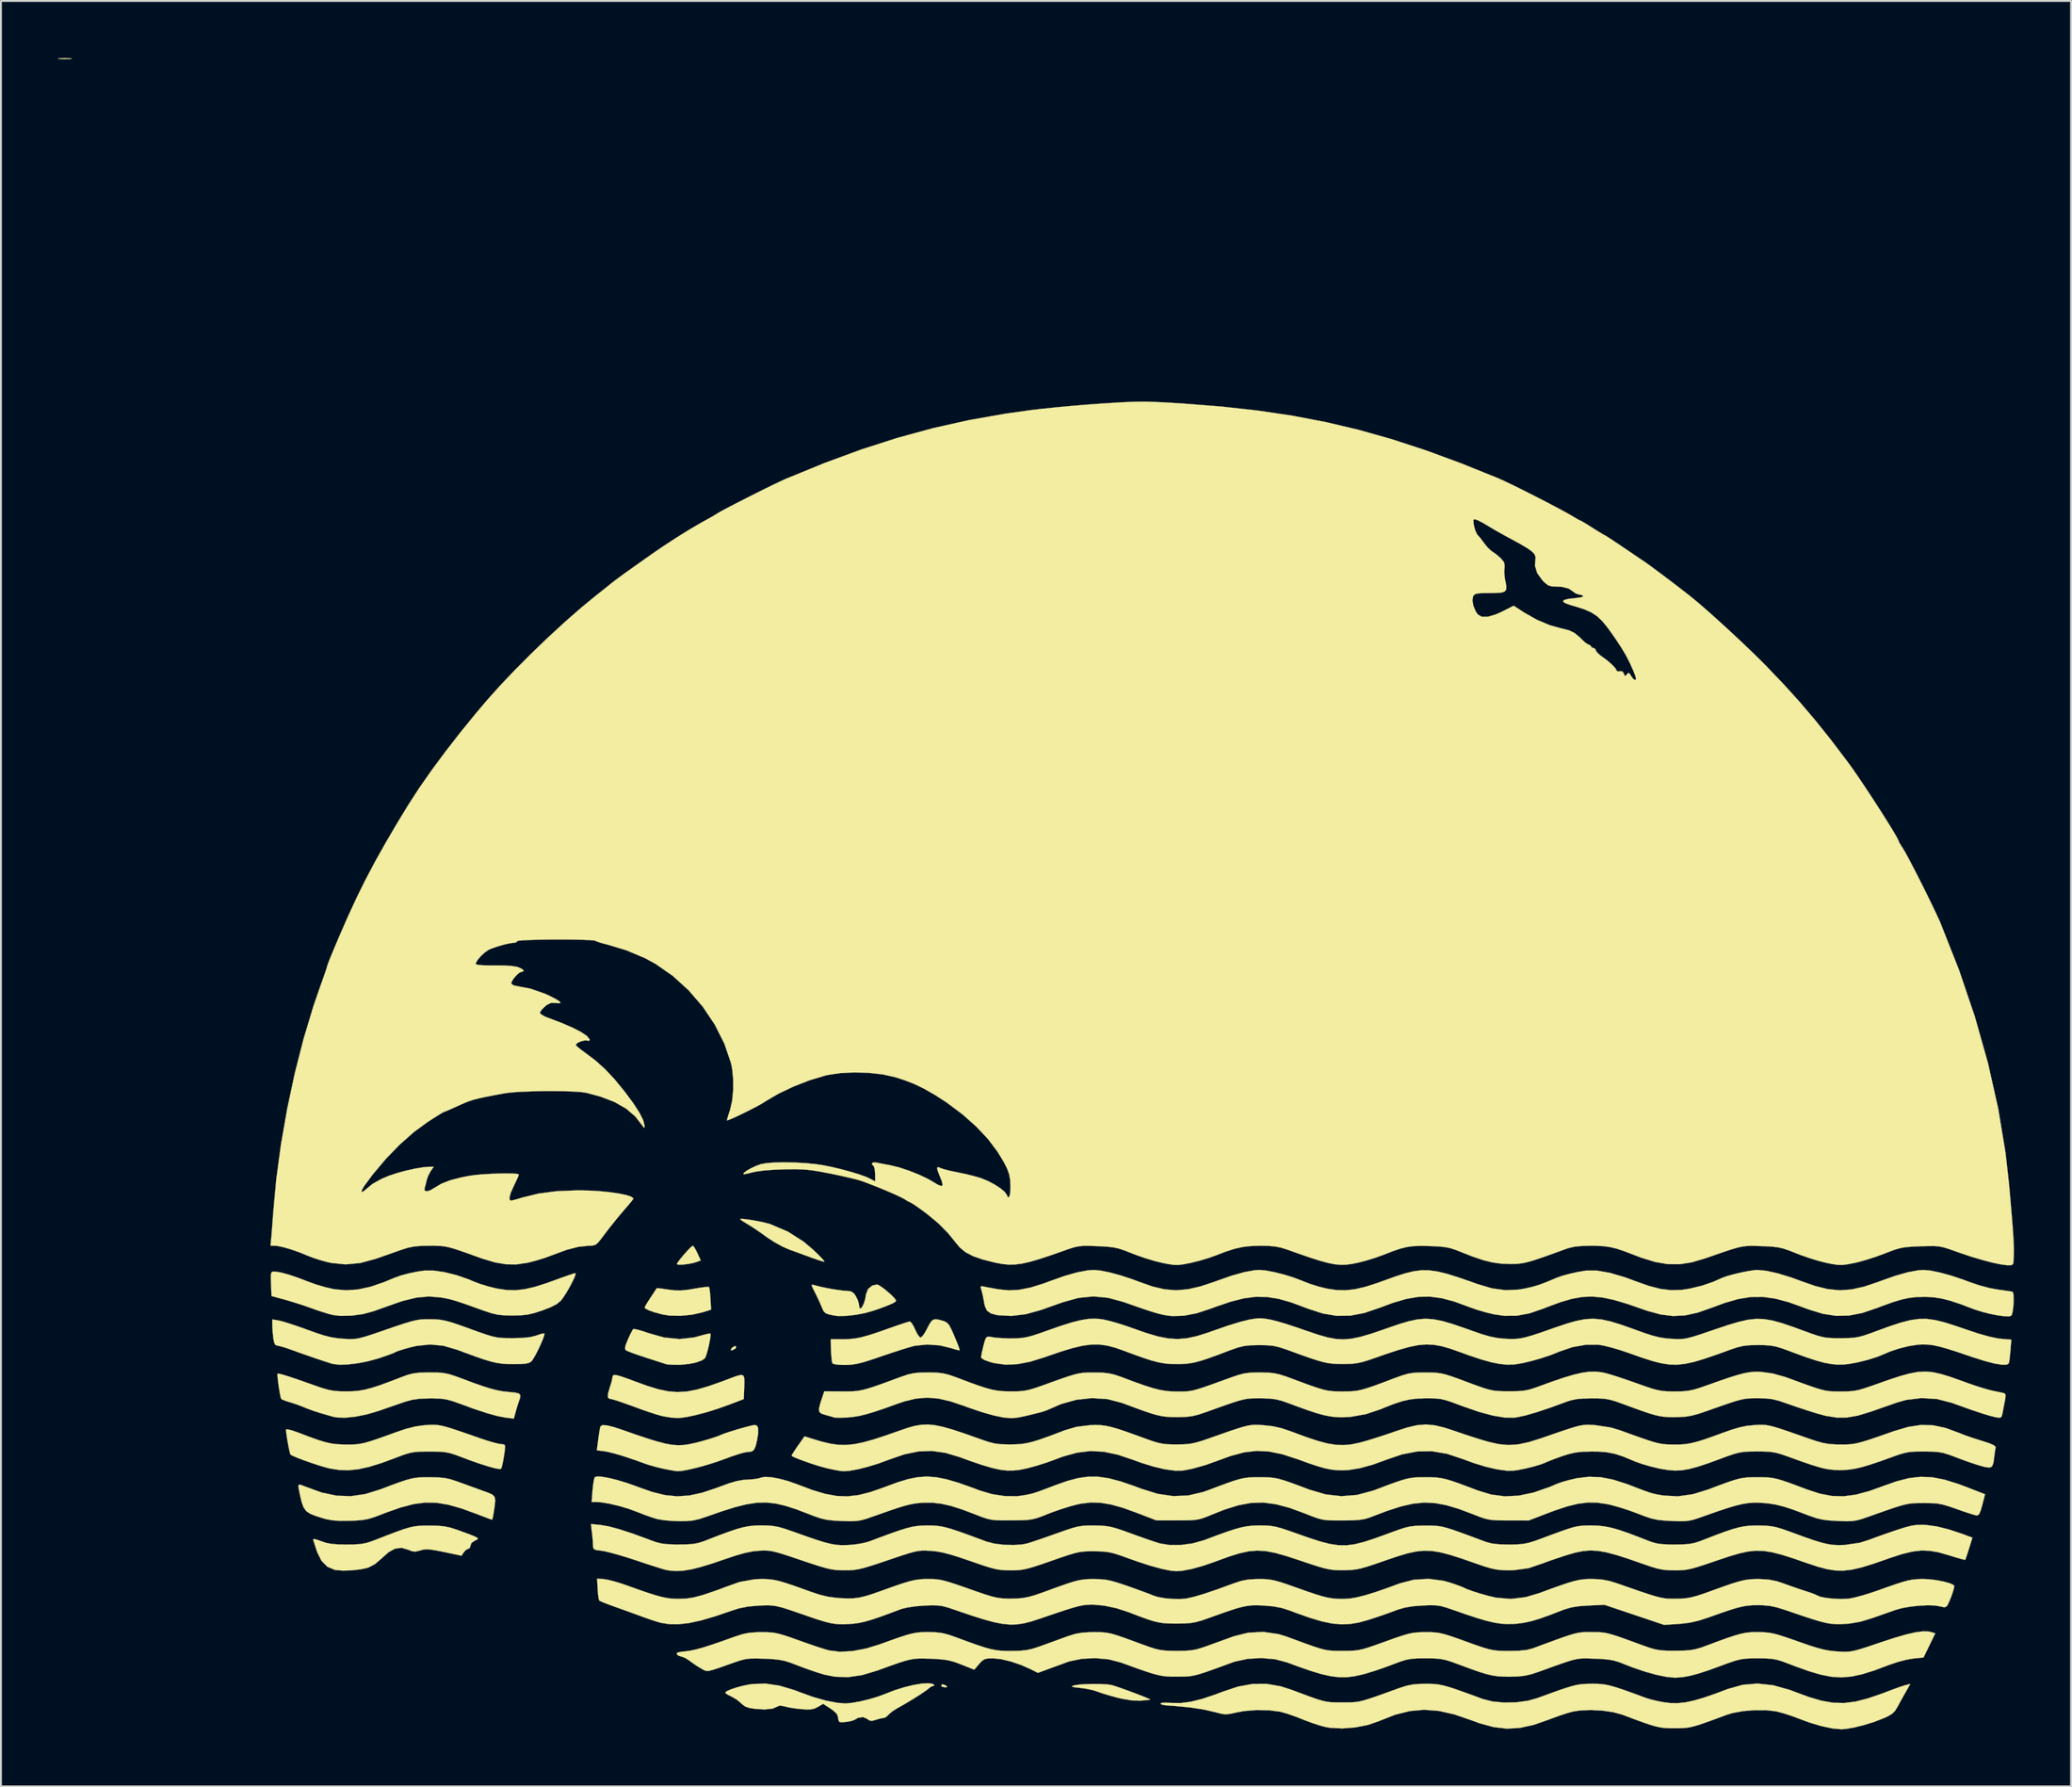
<source format=kicad_pcb>
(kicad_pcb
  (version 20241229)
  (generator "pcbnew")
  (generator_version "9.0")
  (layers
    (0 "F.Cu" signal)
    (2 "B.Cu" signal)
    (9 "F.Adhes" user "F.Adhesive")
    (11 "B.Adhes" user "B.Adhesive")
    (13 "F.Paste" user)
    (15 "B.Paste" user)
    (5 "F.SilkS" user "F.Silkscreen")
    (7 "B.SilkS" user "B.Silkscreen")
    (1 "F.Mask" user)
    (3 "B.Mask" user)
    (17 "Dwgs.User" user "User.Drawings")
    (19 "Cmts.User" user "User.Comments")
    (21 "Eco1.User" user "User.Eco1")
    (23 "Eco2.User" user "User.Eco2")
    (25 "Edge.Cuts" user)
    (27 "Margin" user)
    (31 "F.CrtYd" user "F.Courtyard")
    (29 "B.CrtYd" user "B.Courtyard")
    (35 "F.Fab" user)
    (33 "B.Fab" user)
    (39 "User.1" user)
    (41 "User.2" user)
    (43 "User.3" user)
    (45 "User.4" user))
  (footprint "yy"
    (layer "F.Cu")
    (at 54.011 57.061)
    (property "Reference" "yy" (at 0 0 0) (layer "F.SilkS") (effects (font (size 1.524 1.524) (thickness 0.3))))
    (attr through_hole)
    (fp_poly (pts (xy -18.398 10.614) (xy -18.403 10.704) (xy -18.46 10.756) (xy -18.619 10.831) (xy -18.681 10.811) (xy -18.618 10.708) (xy -18.604 10.694) (xy -18.473 10.607) (xy -18.398 10.614)) (stroke (width 0.01) (type solid)) (fill yes) (layer "F.SilkS"))
    (fp_poly (pts (xy -7.412 28.42) (xy -7.366 28.448) (xy -7.3 28.51) (xy -7.384 28.53) (xy -7.429 28.531) (xy -7.578 28.501) (xy -7.62 28.448) (xy -7.567 28.369) (xy -7.412 28.42)) (stroke (width 0.01) (type solid)) (fill yes) (layer "F.SilkS"))
    (fp_poly (pts (xy -53.374 -57.044) (xy -53.363 -57.042) (xy -53.283 -57.027) (xy -53.355 -57.015) (xy -53.564 -57.009) (xy -53.636 -57.008) (xy -53.883 -57.012) (xy -54.006 -57.023) (xy -53.983 -57.038) (xy -53.956 -57.042) (xy -53.676 -57.056) (xy -53.374 -57.044)) (stroke (width 0.01) (type solid)) (fill yes) (layer "F.SilkS"))
    (fp_poly (pts (xy -20.601 5.404) (xy -20.496 5.583) (xy -20.429 5.72) (xy -20.251 6.106) (xy -20.452 6.182) (xy -20.671 6.246) (xy -20.936 6.295) (xy -21.197 6.325) (xy -21.402 6.33) (xy -21.502 6.305) (xy -21.505 6.296) (xy -21.453 6.197) (xy -21.319 6.02) (xy -21.14 5.804) (xy -20.95 5.592) (xy -20.785 5.423) (xy -20.68 5.337) (xy -20.668 5.334) (xy -20.601 5.404)) (stroke (width 0.01) (type solid)) (fill yes) (layer "F.SilkS"))
    (fp_poly (pts (xy -19.819 7.5) (xy -19.792 7.601) (xy -19.765 7.823) (xy -19.742 8.118) (xy -19.71 8.692) (xy -20.163 8.833) (xy -20.719 8.958) (xy -21.321 9.016) (xy -21.897 9.002) (xy -22.267 8.943) (xy -22.674 8.834) (xy -22.98 8.727) (xy -23.16 8.633) (xy -23.199 8.581) (xy -23.155 8.485) (xy -23.04 8.292) (xy -22.883 8.05) (xy -22.723 7.81) (xy -22.608 7.634) (xy -22.563 7.562) (xy -22.485 7.566) (xy -22.281 7.591) (xy -21.995 7.633) (xy -21.96 7.638) (xy -21.6 7.681) (xy -21.274 7.684) (xy -20.908 7.644) (xy -20.612 7.594) (xy -20.276 7.537) (xy -20.007 7.503) (xy -19.846 7.494) (xy -19.819 7.5)) (stroke (width 0.01) (type solid)) (fill yes) (layer "F.SilkS"))
    (fp_poly (pts (xy -17.86 3.944) (xy -17.562 3.987) (xy -17.233 4.046) (xy -16.917 4.113) (xy -16.659 4.179) (xy -16.601 4.198) (xy -15.682 4.588) (xy -14.853 5.116) (xy -14.349 5.542) (xy -14.085 5.795) (xy -13.886 6) (xy -13.772 6.134) (xy -13.758 6.175) (xy -13.874 6.148) (xy -14.102 6.077) (xy -14.396 5.974) (xy -14.436 5.96) (xy -14.843 5.811) (xy -15.294 5.646) (xy -15.612 5.531) (xy -15.98 5.368) (xy -16.394 5.139) (xy -16.773 4.89) (xy -16.797 4.872) (xy -17.132 4.632) (xy -17.473 4.4) (xy -17.758 4.219) (xy -17.805 4.192) (xy -18.022 4.06) (xy -18.157 3.964) (xy -18.183 3.931) (xy -18.082 3.922) (xy -17.86 3.944)) (stroke (width 0.01) (type solid)) (fill yes) (layer "F.SilkS"))
    (fp_poly (pts (xy 0.742 28.36) (xy 1.09 28.378) (xy 1.316 28.409) (xy 1.476 28.456) (xy 1.734 28.543) (xy 2.054 28.657) (xy 2.402 28.785) (xy 2.741 28.913) (xy 3.038 29.029) (xy 3.256 29.119) (xy 3.36 29.169) (xy 3.364 29.175) (xy 3.276 29.191) (xy 3.07 29.214) (xy 2.879 29.232) (xy 2.425 29.224) (xy 1.863 29.13) (xy 1.651 29.08) (xy 1.272 28.978) (xy 0.918 28.873) (xy 0.649 28.782) (xy 0.583 28.756) (xy 0.335 28.678) (xy -0.003 28.607) (xy -0.306 28.564) (xy -0.6 28.531) (xy -0.743 28.503) (xy -0.754 28.474) (xy -0.652 28.436) (xy -0.635 28.431) (xy -0.405 28.393) (xy -0.061 28.368) (xy 0.34 28.357) (xy 0.742 28.36)) (stroke (width 0.01) (type solid)) (fill yes) (layer "F.SilkS"))
    (fp_poly (pts (xy -23.481 9.766) (xy -23.181 9.859) (xy -23.025 9.915) (xy -22.179 10.155) (xy -21.382 10.236) (xy -20.628 10.156) (xy -20.366 10.089) (xy -20.075 10.007) (xy -19.854 9.956) (xy -19.746 9.945) (xy -19.742 9.947) (xy -19.735 10.049) (xy -19.765 10.263) (xy -19.819 10.538) (xy -19.887 10.824) (xy -19.958 11.07) (xy -20.02 11.226) (xy -20.029 11.239) (xy -20.198 11.36) (xy -20.492 11.465) (xy -20.868 11.544) (xy -21.283 11.585) (xy -21.463 11.589) (xy -21.749 11.583) (xy -21.968 11.571) (xy -22.056 11.558) (xy -22.165 11.523) (xy -22.402 11.447) (xy -22.73 11.342) (xy -23.114 11.218) (xy -23.502 11.09) (xy -23.834 10.973) (xy -24.075 10.879) (xy -24.189 10.823) (xy -24.231 10.733) (xy -24.2 10.565) (xy -24.092 10.287) (xy -24.079 10.259) (xy -23.957 9.996) (xy -23.855 9.797) (xy -23.804 9.715) (xy -23.701 9.714) (xy -23.481 9.766)) (stroke (width 0.01) (type solid)) (fill yes) (layer "F.SilkS"))
    (fp_poly (pts (xy -18.026 12.144) (xy -17.968 12.267) (xy -17.959 12.506) (xy -17.967 12.749) (xy -17.992 13.39) (xy -18.754 13.681) (xy -19.348 13.893) (xy -19.943 14.079) (xy -20.505 14.228) (xy -20.996 14.333) (xy -21.381 14.383) (xy -21.493 14.386) (xy -21.826 14.359) (xy -22.192 14.299) (xy -22.31 14.273) (xy -22.605 14.189) (xy -22.979 14.069) (xy -23.353 13.938) (xy -23.368 13.933) (xy -23.947 13.721) (xy -24.386 13.565) (xy -24.7 13.46) (xy -24.907 13.399) (xy -25.024 13.378) (xy -25.032 13.377) (xy -25.125 13.313) (xy -25.125 13.116) (xy -25.031 12.782) (xy -25.017 12.742) (xy -24.939 12.494) (xy -24.896 12.293) (xy -24.893 12.255) (xy -24.875 12.166) (xy -24.807 12.124) (xy -24.666 12.134) (xy -24.43 12.199) (xy -24.075 12.323) (xy -23.766 12.439) (xy -23.083 12.688) (xy -22.497 12.869) (xy -21.975 12.98) (xy -21.485 13.021) (xy -20.991 12.992) (xy -20.462 12.892) (xy -19.864 12.719) (xy -19.163 12.473) (xy -18.773 12.326) (xy -18.402 12.188) (xy -18.162 12.122) (xy -18.026 12.144)) (stroke (width 0.01) (type solid)) (fill yes) (layer "F.SilkS"))
    (fp_poly (pts (xy -10.871 7.421) (xy -10.675 7.555) (xy -10.447 7.737) (xy -10.229 7.931) (xy -10.063 8.102) (xy -9.991 8.214) (xy -9.991 8.219) (xy -10.038 8.285) (xy -10.192 8.373) (xy -10.467 8.489) (xy -10.88 8.642) (xy -11.186 8.748) (xy -11.628 8.871) (xy -12.119 8.964) (xy -12.601 9.018) (xy -13.017 9.027) (xy -13.208 9.007) (xy -13.509 8.946) (xy -13.69 8.878) (xy -13.798 8.773) (xy -13.879 8.601) (xy -13.889 8.575) (xy -13.998 8.315) (xy -14.148 7.995) (xy -14.245 7.8) (xy -14.372 7.55) (xy -14.424 7.42) (xy -14.405 7.378) (xy -14.318 7.395) (xy -14.288 7.404) (xy -13.978 7.485) (xy -13.593 7.566) (xy -13.192 7.637) (xy -12.837 7.686) (xy -12.593 7.705) (xy -12.358 7.731) (xy -12.204 7.84) (xy -12.106 7.98) (xy -11.994 8.214) (xy -11.939 8.424) (xy -11.938 8.445) (xy -11.914 8.608) (xy -11.854 8.633) (xy -11.773 8.547) (xy -11.687 8.374) (xy -11.613 8.137) (xy -11.57 7.884) (xy -11.464 7.609) (xy -11.24 7.425) (xy -10.995 7.369) (xy -10.871 7.421)) (stroke (width 0.01) (type solid)) (fill yes) (layer "F.SilkS"))
    (fp_poly (pts (xy -17.318 14.769) (xy -17.238 14.901) (xy -17.233 15.164) (xy -17.289 15.525) (xy -17.365 15.852) (xy -17.449 16.046) (xy -17.567 16.14) (xy -17.748 16.169) (xy -17.807 16.17) (xy -17.981 16.2) (xy -18.268 16.282) (xy -18.628 16.401) (xy -18.95 16.52) (xy -19.417 16.687) (xy -19.917 16.845) (xy -20.412 16.983) (xy -20.863 17.091) (xy -21.23 17.16) (xy -21.463 17.179) (xy -21.629 17.159) (xy -21.901 17.112) (xy -22.219 17.048) (xy -22.577 16.963) (xy -22.922 16.867) (xy -23.15 16.793) (xy -23.74 16.58) (xy -24.292 16.396) (xy -24.775 16.252) (xy -25.154 16.158) (xy -25.322 16.129) (xy -25.709 16.081) (xy -25.636 15.512) (xy -25.593 15.206) (xy -25.552 14.958) (xy -25.523 14.829) (xy -25.419 14.759) (xy -25.181 14.771) (xy -24.804 14.864) (xy -24.451 14.98) (xy -23.692 15.245) (xy -23.068 15.454) (xy -22.557 15.613) (xy -22.134 15.723) (xy -21.777 15.79) (xy -21.462 15.816) (xy -21.166 15.806) (xy -20.865 15.762) (xy -20.536 15.689) (xy -20.291 15.626) (xy -19.91 15.52) (xy -19.567 15.413) (xy -19.312 15.323) (xy -19.222 15.284) (xy -19.035 15.207) (xy -18.731 15.105) (xy -18.361 14.991) (xy -17.971 14.88) (xy -17.612 14.787) (xy -17.474 14.756) (xy -17.318 14.769)) (stroke (width 0.01) (type solid)) (fill yes) (layer "F.SilkS"))
    (fp_poly (pts (xy -34.049 17.504) (xy -33.699 17.537) (xy -33.389 17.604) (xy -33.062 17.712) (xy -32.687 17.848) (xy -32.241 18.01) (xy -31.81 18.166) (xy -31.75 18.188) (xy -31.409 18.311) (xy -31.193 18.411) (xy -31.081 18.527) (xy -31.048 18.699) (xy -31.072 18.967) (xy -31.118 19.283) (xy -31.159 19.53) (xy -31.196 19.692) (xy -31.215 19.727) (xy -31.303 19.699) (xy -31.513 19.621) (xy -31.81 19.508) (xy -32.028 19.424) (xy -32.82 19.136) (xy -33.508 18.941) (xy -34.133 18.838) (xy -34.731 18.827) (xy -35.344 18.908) (xy -36.009 19.082) (xy -36.766 19.348) (xy -36.999 19.439) (xy -37.397 19.59) (xy -37.714 19.687) (xy -38.018 19.743) (xy -38.377 19.772) (xy -38.693 19.783) (xy -39.194 19.787) (xy -39.584 19.761) (xy -39.916 19.701) (xy -40.09 19.653) (xy -40.494 19.525) (xy -40.782 19.407) (xy -40.98 19.268) (xy -41.116 19.076) (xy -41.216 18.799) (xy -41.307 18.404) (xy -41.361 18.14) (xy -41.39 17.959) (xy -41.36 17.883) (xy -41.24 17.901) (xy -40.997 17.998) (xy -40.158 18.301) (xy -39.381 18.465) (xy -38.632 18.491) (xy -37.879 18.38) (xy -37.105 18.141) (xy -36.539 17.927) (xy -36.102 17.767) (xy -35.761 17.652) (xy -35.486 17.575) (xy -35.248 17.529) (xy -35.014 17.505) (xy -34.754 17.496) (xy -34.502 17.495) (xy -34.049 17.504)) (stroke (width 0.01) (type solid)) (fill yes) (layer "F.SilkS"))
    (fp_poly (pts (xy -7.764 9.214) (xy -7.613 9.255) (xy -7.434 9.313) (xy -7.306 9.387) (xy -7.2 9.511) (xy -7.089 9.72) (xy -6.944 10.048) (xy -6.931 10.079) (xy -6.799 10.395) (xy -6.702 10.647) (xy -6.653 10.798) (xy -6.651 10.826) (xy -6.74 10.818) (xy -6.936 10.765) (xy -7.086 10.715) (xy -7.704 10.568) (xy -8.363 10.523) (xy -8.986 10.586) (xy -9.102 10.613) (xy -9.367 10.688) (xy -9.747 10.805) (xy -10.198 10.952) (xy -10.675 11.112) (xy -10.837 11.168) (xy -11.351 11.342) (xy -11.745 11.463) (xy -12.059 11.54) (xy -12.331 11.581) (xy -12.6 11.596) (xy -12.674 11.597) (xy -12.98 11.587) (xy -13.215 11.559) (xy -13.332 11.518) (xy -13.335 11.514) (xy -13.364 11.392) (xy -13.39 11.151) (xy -13.407 10.845) (xy -13.407 10.837) (xy -13.426 10.245) (xy -12.785 10.245) (xy -12.473 10.238) (xy -12.183 10.211) (xy -11.883 10.157) (xy -11.539 10.068) (xy -11.117 9.936) (xy -10.585 9.752) (xy -10.331 9.661) (xy -9.948 9.527) (xy -9.619 9.416) (xy -9.379 9.341) (xy -9.264 9.313) (xy -9.263 9.313) (xy -9.18 9.385) (xy -9.068 9.57) (xy -8.991 9.737) (xy -8.874 9.972) (xy -8.762 10.125) (xy -8.704 10.159) (xy -8.609 10.088) (xy -8.48 9.906) (xy -8.384 9.729) (xy -8.226 9.428) (xy -8.097 9.257) (xy -7.956 9.194) (xy -7.764 9.214)) (stroke (width 0.01) (type solid)) (fill yes) (layer "F.SilkS"))
    (fp_poly (pts (xy -34.502 20.036) (xy -34.066 20.044) (xy -33.728 20.075) (xy -33.415 20.141) (xy -33.056 20.255) (xy -32.894 20.313) (xy -32.464 20.47) (xy -32.176 20.583) (xy -32.013 20.662) (xy -31.956 20.719) (xy -31.989 20.766) (xy -32.093 20.814) (xy -32.11 20.82) (xy -32.298 20.95) (xy -32.343 21.08) (xy -32.391 21.218) (xy -32.459 21.251) (xy -32.591 21.316) (xy -32.698 21.435) (xy -32.82 21.619) (xy -33.736 21.425) (xy -34.157 21.341) (xy -34.453 21.293) (xy -34.667 21.281) (xy -34.84 21.301) (xy -34.982 21.341) (xy -35.228 21.403) (xy -35.422 21.384) (xy -35.599 21.312) (xy -35.958 21.205) (xy -36.302 21.243) (xy -36.651 21.434) (xy -36.958 21.708) (xy -37.353 22.052) (xy -37.718 22.244) (xy -37.74 22.251) (xy -38.136 22.337) (xy -38.601 22.388) (xy -39.059 22.4) (xy -39.438 22.368) (xy -39.479 22.36) (xy -39.867 22.196) (xy -40.175 21.883) (xy -40.401 21.426) (xy -40.424 21.356) (xy -40.513 21.079) (xy -40.584 20.861) (xy -40.616 20.77) (xy -40.569 20.74) (xy -40.394 20.781) (xy -40.202 20.851) (xy -39.938 20.941) (xy -39.656 20.996) (xy -39.306 21.025) (xy -38.862 21.032) (xy -38.432 21.027) (xy -38.111 21.004) (xy -37.837 20.954) (xy -37.551 20.864) (xy -37.296 20.768) (xy -36.7 20.536) (xy -36.233 20.359) (xy -35.868 20.229) (xy -35.575 20.14) (xy -35.326 20.083) (xy -35.094 20.052) (xy -34.85 20.039) (xy -34.566 20.036) (xy -34.502 20.036)) (stroke (width 0.01) (type solid)) (fill yes) (layer "F.SilkS"))
    (fp_poly (pts (xy -34.081 14.753) (xy -33.883 14.785) (xy -33.643 14.844) (xy -33.339 14.936) (xy -32.945 15.066) (xy -32.438 15.241) (xy -31.855 15.444) (xy -31.477 15.57) (xy -31.141 15.67) (xy -30.888 15.733) (xy -30.78 15.748) (xy -30.608 15.771) (xy -30.537 15.812) (xy -30.531 15.924) (xy -30.553 16.147) (xy -30.594 16.426) (xy -30.645 16.707) (xy -30.697 16.934) (xy -30.742 17.054) (xy -30.744 17.057) (xy -30.855 17.063) (xy -31.097 17.015) (xy -31.442 16.919) (xy -31.865 16.785) (xy -32.339 16.619) (xy -32.766 16.458) (xy -33.139 16.318) (xy -33.43 16.227) (xy -33.697 16.175) (xy -34.001 16.151) (xy -34.403 16.145) (xy -34.502 16.145) (xy -34.93 16.149) (xy -35.248 16.168) (xy -35.518 16.213) (xy -35.797 16.295) (xy -36.147 16.425) (xy -36.237 16.46) (xy -37.011 16.746) (xy -37.67 16.95) (xy -38.242 17.076) (xy -38.757 17.129) (xy -39.245 17.114) (xy -39.735 17.036) (xy -39.751 17.032) (xy -40.026 16.96) (xy -40.375 16.854) (xy -40.757 16.726) (xy -41.132 16.593) (xy -41.459 16.468) (xy -41.698 16.365) (xy -41.799 16.308) (xy -41.833 16.213) (xy -41.881 16.002) (xy -41.935 15.726) (xy -41.985 15.436) (xy -42.022 15.182) (xy -42.038 15.017) (xy -42.035 14.982) (xy -41.943 14.98) (xy -41.734 15.033) (xy -41.447 15.13) (xy -41.338 15.171) (xy -40.776 15.386) (xy -40.333 15.543) (xy -39.975 15.652) (xy -39.666 15.721) (xy -39.37 15.759) (xy -39.052 15.776) (xy -38.904 15.778) (xy -38.625 15.779) (xy -38.386 15.769) (xy -38.158 15.742) (xy -37.913 15.691) (xy -37.621 15.608) (xy -37.253 15.486) (xy -36.78 15.319) (xy -36.28 15.137) (xy -35.732 14.952) (xy -35.275 14.835) (xy -34.849 14.771) (xy -34.671 14.757) (xy -34.451 14.744) (xy -34.262 14.741) (xy -34.081 14.753)) (stroke (width 0.01) (type solid)) (fill yes) (layer "F.SilkS"))
    (fp_poly (pts (xy -8.068 28.353) (xy -8.036 28.37) (xy -7.975 28.434) (xy -8.016 28.447) (xy -8.159 28.501) (xy -8.228 28.554) (xy -8.406 28.694) (xy -8.697 28.893) (xy -9.064 29.126) (xy -9.471 29.371) (xy -9.882 29.606) (xy -9.948 29.642) (xy -10.182 29.791) (xy -10.361 29.941) (xy -10.398 29.984) (xy -10.542 30.11) (xy -10.646 30.141) (xy -10.817 30.169) (xy -11.047 30.237) (xy -11.061 30.242) (xy -11.27 30.298) (xy -11.411 30.265) (xy -11.506 30.192) (xy -11.729 30.094) (xy -11.993 30.136) (xy -12.15 30.227) (xy -12.295 30.288) (xy -12.519 30.337) (xy -12.754 30.365) (xy -12.93 30.362) (xy -12.978 30.343) (xy -13.027 30.217) (xy -13.039 30.095) (xy -13.106 29.923) (xy -13.319 29.729) (xy -13.43 29.653) (xy -13.822 29.398) (xy -14.103 29.563) (xy -14.282 29.651) (xy -14.473 29.692) (xy -14.734 29.694) (xy -15.002 29.675) (xy -15.345 29.636) (xy -15.65 29.584) (xy -15.853 29.532) (xy -15.854 29.532) (xy -16.094 29.489) (xy -16.193 29.527) (xy -16.47 29.649) (xy -16.887 29.694) (xy -17.348 29.669) (xy -17.682 29.62) (xy -17.903 29.548) (xy -18.069 29.429) (xy -18.123 29.375) (xy -18.356 29.18) (xy -18.631 29.02) (xy -18.654 29.01) (xy -18.85 28.912) (xy -18.958 28.828) (xy -18.965 28.811) (xy -18.889 28.737) (xy -18.685 28.645) (xy -18.394 28.547) (xy -18.056 28.456) (xy -17.709 28.385) (xy -17.541 28.36) (xy -16.848 28.338) (xy -16.117 28.444) (xy -15.323 28.682) (xy -15.073 28.778) (xy -14.357 29.038) (xy -13.68 29.23) (xy -13.08 29.347) (xy -12.655 29.379) (xy -12.306 29.349) (xy -11.857 29.267) (xy -11.367 29.147) (xy -10.893 29.003) (xy -10.527 28.864) (xy -10.049 28.679) (xy -9.554 28.525) (xy -9.075 28.409) (xy -8.646 28.337) (xy -8.299 28.317) (xy -8.068 28.353)) (stroke (width 0.01) (type solid)) (fill yes) (layer "F.SilkS"))
    (fp_poly (pts (xy -34.085 11.994) (xy -33.766 12.02) (xy -33.476 12.078) (xy -33.149 12.182) (xy -32.851 12.292) (xy -32.222 12.527) (xy -31.719 12.704) (xy -31.313 12.833) (xy -30.975 12.921) (xy -30.673 12.978) (xy -30.379 13.012) (xy -30.332 13.016) (xy -29.994 13.05) (xy -29.801 13.101) (xy -29.726 13.192) (xy -29.746 13.344) (xy -29.794 13.479) (xy -29.864 13.684) (xy -29.946 13.957) (xy -29.97 14.044) (xy -30.07 14.415) (xy -30.508 14.362) (xy -30.936 14.28) (xy -31.501 14.123) (xy -32.206 13.889) (xy -32.935 13.622) (xy -33.32 13.486) (xy -33.635 13.405) (xy -33.954 13.364) (xy -34.351 13.352) (xy -34.459 13.351) (xy -34.987 13.369) (xy -35.41 13.427) (xy -35.772 13.527) (xy -36.073 13.63) (xy -36.472 13.768) (xy -36.908 13.919) (xy -37.169 14.009) (xy -37.8 14.196) (xy -38.41 14.318) (xy -38.96 14.37) (xy -39.414 14.348) (xy -39.582 14.312) (xy -39.817 14.244) (xy -40.121 14.156) (xy -40.259 14.117) (xy -40.604 14.006) (xy -40.958 13.874) (xy -41.064 13.829) (xy -41.398 13.698) (xy -41.759 13.577) (xy -41.849 13.551) (xy -42.09 13.475) (xy -42.254 13.405) (xy -42.29 13.378) (xy -42.326 13.262) (xy -42.369 13.037) (xy -42.415 12.756) (xy -42.454 12.469) (xy -42.48 12.226) (xy -42.486 12.078) (xy -42.48 12.057) (xy -42.398 12.057) (xy -42.194 12.109) (xy -41.859 12.213) (xy -41.385 12.373) (xy -40.764 12.591) (xy -40.555 12.666) (xy -40.13 12.812) (xy -39.799 12.906) (xy -39.503 12.959) (xy -39.181 12.981) (xy -38.862 12.985) (xy -38.527 12.978) (xy -38.217 12.951) (xy -37.9 12.895) (xy -37.548 12.804) (xy -37.131 12.67) (xy -36.62 12.484) (xy -35.984 12.24) (xy -35.941 12.223) (xy -35.622 12.108) (xy -35.337 12.038) (xy -35.023 12.002) (xy -34.618 11.99) (xy -34.502 11.989) (xy -34.085 11.994)) (stroke (width 0.01) (type solid)) (fill yes) (layer "F.SilkS"))
    (fp_poly (pts (xy -34.282 6.639) (xy -33.707 6.723) (xy -33.084 6.878) (xy -32.458 7.094) (xy -32.209 7.2) (xy -31.858 7.334) (xy -31.426 7.468) (xy -30.996 7.575) (xy -30.935 7.587) (xy -30.455 7.659) (xy -29.993 7.672) (xy -29.514 7.62) (xy -28.981 7.499) (xy -28.359 7.302) (xy -27.927 7.146) (xy -27.54 7.004) (xy -27.208 6.887) (xy -26.963 6.806) (xy -26.84 6.774) (xy -26.837 6.773) (xy -26.829 6.839) (xy -26.892 7.012) (xy -27.009 7.258) (xy -27.159 7.54) (xy -27.325 7.823) (xy -27.488 8.071) (xy -27.601 8.22) (xy -27.808 8.393) (xy -28.139 8.565) (xy -28.575 8.733) (xy -28.997 8.87) (xy -29.346 8.951) (xy -29.701 8.99) (xy -30.141 9) (xy -30.572 8.991) (xy -30.912 8.956) (xy -31.24 8.881) (xy -31.632 8.752) (xy -31.708 8.725) (xy -32.257 8.527) (xy -32.677 8.379) (xy -32.998 8.271) (xy -33.25 8.193) (xy -33.462 8.137) (xy -33.666 8.094) (xy -33.891 8.053) (xy -33.912 8.05) (xy -34.539 7.999) (xy -35.194 8.06) (xy -35.914 8.237) (xy -36.252 8.351) (xy -36.657 8.495) (xy -37.095 8.651) (xy -37.433 8.772) (xy -37.991 8.923) (xy -38.596 9.007) (xy -39.178 9.018) (xy -39.539 8.978) (xy -39.798 8.914) (xy -40.149 8.807) (xy -40.53 8.678) (xy -40.64 8.637) (xy -41.085 8.481) (xy -41.585 8.319) (xy -42.04 8.183) (xy -42.079 8.172) (xy -42.799 7.976) (xy -42.824 7.332) (xy -42.834 7.007) (xy -42.826 6.815) (xy -42.791 6.722) (xy -42.72 6.692) (xy -42.654 6.69) (xy -42.352 6.729) (xy -41.925 6.841) (xy -41.398 7.018) (xy -40.887 7.215) (xy -40.457 7.37) (xy -39.979 7.51) (xy -39.546 7.61) (xy -39.479 7.621) (xy -38.876 7.674) (xy -38.261 7.633) (xy -37.605 7.49) (xy -36.876 7.241) (xy -36.364 7.026) (xy -36.016 6.9) (xy -35.571 6.781) (xy -35.101 6.685) (xy -34.762 6.638) (xy -34.282 6.639)) (stroke (width 0.01) (type solid)) (fill yes) (layer "F.SilkS"))
    (fp_poly (pts (xy -34.459 9.194) (xy -34.178 9.201) (xy -33.931 9.223) (xy -33.683 9.268) (xy -33.397 9.344) (xy -33.038 9.461) (xy -32.569 9.628) (xy -32.385 9.695) (xy -31.886 9.875) (xy -31.508 10.005) (xy -31.215 10.093) (xy -30.967 10.148) (xy -30.728 10.176) (xy -30.461 10.187) (xy -30.141 10.189) (xy -29.608 10.177) (xy -29.208 10.134) (xy -28.907 10.058) (xy -28.879 10.047) (xy -28.652 9.971) (xy -28.498 9.939) (xy -28.466 9.944) (xy -28.474 10.041) (xy -28.545 10.245) (xy -28.658 10.514) (xy -28.796 10.807) (xy -28.938 11.083) (xy -29.065 11.3) (xy -29.15 11.41) (xy -29.262 11.482) (xy -29.431 11.526) (xy -29.692 11.548) (xy -30.083 11.553) (xy -30.129 11.553) (xy -30.434 11.547) (xy -30.707 11.527) (xy -30.978 11.487) (xy -31.273 11.418) (xy -31.621 11.314) (xy -32.051 11.167) (xy -32.591 10.97) (xy -33.044 10.8) (xy -33.774 10.587) (xy -34.472 10.521) (xy -35.189 10.597) (xy -35.476 10.663) (xy -35.809 10.755) (xy -36.082 10.839) (xy -36.25 10.902) (xy -36.278 10.918) (xy -36.391 10.971) (xy -36.627 11.061) (xy -36.949 11.174) (xy -37.211 11.261) (xy -37.725 11.402) (xy -38.261 11.507) (xy -38.776 11.57) (xy -39.224 11.585) (xy -39.561 11.548) (xy -39.582 11.543) (xy -39.789 11.48) (xy -40.112 11.374) (xy -40.509 11.241) (xy -40.936 11.093) (xy -41.352 10.947) (xy -41.712 10.817) (xy -41.766 10.797) (xy -42.072 10.691) (xy -42.332 10.614) (xy -42.491 10.583) (xy -42.495 10.583) (xy -42.599 10.542) (xy -42.666 10.395) (xy -42.703 10.191) (xy -42.737 9.875) (xy -42.755 9.573) (xy -42.757 9.502) (xy -42.757 9.207) (xy -42.426 9.26) (xy -42.227 9.308) (xy -41.91 9.405) (xy -41.511 9.536) (xy -41.071 9.691) (xy -40.923 9.745) (xy -40.404 9.931) (xy -39.996 10.06) (xy -39.654 10.144) (xy -39.333 10.195) (xy -39.026 10.222) (xy -38.772 10.236) (xy -38.562 10.238) (xy -38.363 10.222) (xy -38.145 10.181) (xy -37.878 10.108) (xy -37.53 9.997) (xy -37.071 9.841) (xy -36.74 9.726) (xy -36.191 9.538) (xy -35.77 9.4) (xy -35.446 9.304) (xy -35.185 9.242) (xy -34.957 9.208) (xy -34.729 9.195) (xy -34.471 9.194) (xy -34.459 9.194)) (stroke (width 0.01) (type solid)) (fill yes) (layer "F.SilkS"))
    (fp_poly (pts (xy 36.081 28.424) (xy 36.948 28.666) (xy 37.189 28.757) (xy 37.958 29.042) (xy 38.624 29.237) (xy 39.227 29.342) (xy 39.806 29.357) (xy 40.399 29.283) (xy 41.046 29.118) (xy 41.786 28.865) (xy 42.037 28.769) (xy 42.397 28.633) (xy 42.724 28.516) (xy 42.968 28.435) (xy 43.041 28.415) (xy 43.284 28.355) (xy 43.052 28.762) (xy 42.871 29.084) (xy 42.684 29.424) (xy 42.617 29.549) (xy 42.482 29.768) (xy 42.325 29.925) (xy 42.094 30.061) (xy 41.856 30.168) (xy 41.366 30.355) (xy 40.841 30.518) (xy 40.331 30.644) (xy 39.888 30.719) (xy 39.658 30.734) (xy 39.191 30.692) (xy 38.62 30.571) (xy 37.988 30.383) (xy 37.44 30.181) (xy 37.045 30.033) (xy 36.637 29.901) (xy 36.292 29.808) (xy 36.224 29.793) (xy 35.71 29.734) (xy 35.121 29.731) (xy 34.521 29.779) (xy 33.975 29.876) (xy 33.655 29.971) (xy 33.055 30.194) (xy 32.586 30.364) (xy 32.222 30.49) (xy 31.935 30.577) (xy 31.699 30.632) (xy 31.486 30.664) (xy 31.27 30.678) (xy 31.023 30.681) (xy 30.903 30.682) (xy 30.624 30.679) (xy 30.384 30.668) (xy 30.157 30.639) (xy 29.914 30.587) (xy 29.627 30.504) (xy 29.269 30.383) (xy 28.812 30.216) (xy 28.227 29.996) (xy 28.152 29.968) (xy 27.684 29.839) (xy 27.118 29.757) (xy 26.518 29.724) (xy 25.951 29.746) (xy 25.578 29.802) (xy 25.286 29.881) (xy 24.901 30.006) (xy 24.488 30.154) (xy 24.299 30.227) (xy 23.498 30.506) (xy 22.775 30.664) (xy 22.088 30.703) (xy 21.398 30.622) (xy 20.663 30.423) (xy 20.235 30.266) (xy 19.335 29.956) (xy 18.517 29.771) (xy 17.747 29.712) (xy 16.994 29.779) (xy 16.225 29.972) (xy 15.408 30.292) (xy 15.367 30.311) (xy 14.795 30.509) (xy 14.134 30.638) (xy 13.453 30.691) (xy 12.817 30.66) (xy 12.573 30.619) (xy 12.251 30.533) (xy 11.85 30.401) (xy 11.443 30.249) (xy 11.345 30.209) (xy 10.96 30.059) (xy 10.572 29.924) (xy 10.249 29.83) (xy 10.177 29.813) (xy 9.594 29.737) (xy 8.937 29.726) (xy 8.287 29.78) (xy 7.88 29.855) (xy 7.561 29.926) (xy 7.331 29.95) (xy 7.118 29.928) (xy 6.847 29.858) (xy 6.821 29.85) (xy 6.197 29.705) (xy 5.437 29.588) (xy 4.572 29.504) (xy 4.17 29.478) (xy 3.982 29.447) (xy 3.895 29.39) (xy 3.895 29.384) (xy 3.973 29.348) (xy 4.186 29.338) (xy 4.478 29.353) (xy 4.966 29.358) (xy 5.497 29.288) (xy 6.099 29.138) (xy 6.8 28.901) (xy 7.133 28.773) (xy 7.967 28.495) (xy 8.738 28.355) (xy 9.477 28.35) (xy 10.218 28.481) (xy 10.795 28.666) (xy 11.362 28.88) (xy 11.801 29.042) (xy 12.139 29.159) (xy 12.406 29.239) (xy 12.632 29.288) (xy 12.845 29.314) (xy 13.076 29.324) (xy 13.353 29.325) (xy 13.462 29.324) (xy 13.734 29.324) (xy 13.957 29.319) (xy 14.156 29.304) (xy 14.355 29.273) (xy 14.581 29.218) (xy 14.858 29.133) (xy 15.213 29.013) (xy 15.67 28.85) (xy 16.255 28.639) (xy 16.425 28.577) (xy 16.807 28.454) (xy 17.152 28.383) (xy 17.539 28.352) (xy 17.834 28.348) (xy 18.091 28.35) (xy 18.318 28.362) (xy 18.54 28.39) (xy 18.78 28.441) (xy 19.066 28.52) (xy 19.42 28.636) (xy 19.869 28.795) (xy 20.438 29.002) (xy 20.828 29.147) (xy 21.339 29.276) (xy 21.944 29.333) (xy 22.583 29.32) (xy 23.197 29.237) (xy 23.664 29.108) (xy 24.296 28.878) (xy 24.794 28.699) (xy 25.185 28.567) (xy 25.494 28.473) (xy 25.748 28.41) (xy 25.971 28.373) (xy 26.189 28.355) (xy 26.428 28.348) (xy 26.547 28.347) (xy 26.814 28.348) (xy 27.052 28.362) (xy 27.289 28.394) (xy 27.549 28.451) (xy 27.859 28.541) (xy 28.247 28.671) (xy 28.738 28.847) (xy 29.359 29.076) (xy 29.404 29.093) (xy 29.659 29.17) (xy 30.001 29.252) (xy 30.315 29.313) (xy 30.69 29.36) (xy 31.062 29.365) (xy 31.458 29.324) (xy 31.904 29.23) (xy 32.426 29.078) (xy 33.052 28.863) (xy 33.697 28.621) (xy 34.471 28.402) (xy 35.26 28.336) (xy 36.081 28.424)) (stroke (width 0.01) (type solid)) (fill yes) (layer "F.SilkS"))
    (fp_poly (pts (xy 35.732 6.652) (xy 36.329 6.785) (xy 37.025 6.999) (xy 37.55 7.191) (xy 38.303 7.454) (xy 38.966 7.615) (xy 39.582 7.674) (xy 40.196 7.63) (xy 40.85 7.485) (xy 41.589 7.237) (xy 41.71 7.191) (xy 42.475 6.919) (xy 43.142 6.729) (xy 43.696 6.626) (xy 43.984 6.606) (xy 44.361 6.642) (xy 44.854 6.744) (xy 45.426 6.901) (xy 46.041 7.106) (xy 46.384 7.235) (xy 46.901 7.412) (xy 47.436 7.555) (xy 47.866 7.635) (xy 48.198 7.68) (xy 48.47 7.719) (xy 48.633 7.747) (xy 48.653 7.751) (xy 48.694 7.841) (xy 48.712 8.046) (xy 48.71 8.315) (xy 48.689 8.598) (xy 48.652 8.841) (xy 48.603 8.994) (xy 48.592 9.009) (xy 48.461 9.046) (xy 48.206 9.036) (xy 47.862 8.989) (xy 47.467 8.91) (xy 47.057 8.806) (xy 46.668 8.683) (xy 46.524 8.63) (xy 45.9 8.394) (xy 45.387 8.224) (xy 44.949 8.112) (xy 44.545 8.047) (xy 44.138 8.02) (xy 44.027 8.019) (xy 43.614 8.029) (xy 43.224 8.074) (xy 42.817 8.162) (xy 42.353 8.303) (xy 41.792 8.506) (xy 41.549 8.6) (xy 40.77 8.864) (xy 40.062 9.003) (xy 39.382 9.017) (xy 38.684 8.908) (xy 37.927 8.675) (xy 37.727 8.599) (xy 36.914 8.306) (xy 36.199 8.113) (xy 35.543 8.02) (xy 34.905 8.026) (xy 34.248 8.133) (xy 33.532 8.339) (xy 32.854 8.59) (xy 32.111 8.85) (xy 31.447 8.995) (xy 30.814 9.026) (xy 30.168 8.945) (xy 29.463 8.752) (xy 29.21 8.664) (xy 28.408 8.386) (xy 27.724 8.183) (xy 27.126 8.055) (xy 26.58 8.003) (xy 26.053 8.025) (xy 25.511 8.122) (xy 24.922 8.293) (xy 24.253 8.539) (xy 24.003 8.639) (xy 23.275 8.887) (xy 22.608 9.011) (xy 21.954 9.015) (xy 21.42 8.937) (xy 20.989 8.834) (xy 20.526 8.699) (xy 20.129 8.56) (xy 20.114 8.554) (xy 19.354 8.274) (xy 18.682 8.092) (xy 18.058 8.007) (xy 17.445 8.019) (xy 16.803 8.129) (xy 16.096 8.337) (xy 15.407 8.594) (xy 14.603 8.867) (xy 13.863 9.008) (xy 13.147 9.016) (xy 12.415 8.891) (xy 11.624 8.634) (xy 11.517 8.592) (xy 10.769 8.313) (xy 10.107 8.124) (xy 9.495 8.025) (xy 8.897 8.016) (xy 8.275 8.098) (xy 7.595 8.27) (xy 6.819 8.533) (xy 6.562 8.63) (xy 5.805 8.879) (xy 5.137 9.01) (xy 4.526 9.028) (xy 4.366 9.014) (xy 4.167 8.986) (xy 3.958 8.944) (xy 3.712 8.881) (xy 3.404 8.788) (xy 3.01 8.658) (xy 2.504 8.483) (xy 1.957 8.29) (xy 1.148 8.069) (xy 0.373 7.996) (xy -0.406 8.073) (xy -1.228 8.3) (xy -1.508 8.399) (xy -1.88 8.531) (xy -2.275 8.672) (xy -2.386 8.711) (xy -3.171 8.929) (xy -3.932 9.021) (xy -4.633 8.985) (xy -4.697 8.974) (xy -5.013 8.889) (xy -5.211 8.747) (xy -5.327 8.509) (xy -5.384 8.222) (xy -5.436 7.937) (xy -5.497 7.692) (xy -5.516 7.632) (xy -5.554 7.489) (xy -5.487 7.459) (xy -5.399 7.476) (xy -5.221 7.512) (xy -4.937 7.565) (xy -4.606 7.624) (xy -4.593 7.626) (xy -4.066 7.678) (xy -3.522 7.648) (xy -2.927 7.53) (xy -2.248 7.318) (xy -1.905 7.191) (xy -1.153 6.924) (xy -0.486 6.734) (xy 0.075 6.628) (xy 0.389 6.605) (xy 0.751 6.639) (xy 1.228 6.735) (xy 1.779 6.884) (xy 2.365 7.075) (xy 2.778 7.229) (xy 3.481 7.476) (xy 4.113 7.624) (xy 4.716 7.673) (xy 5.33 7.622) (xy 5.995 7.471) (xy 6.75 7.22) (xy 6.846 7.184) (xy 7.634 6.907) (xy 8.305 6.719) (xy 8.849 6.62) (xy 9.09 6.605) (xy 9.434 6.636) (xy 9.882 6.721) (xy 10.38 6.846) (xy 10.876 7) (xy 11.318 7.166) (xy 11.391 7.198) (xy 11.762 7.341) (xy 12.209 7.48) (xy 12.64 7.586) (xy 12.673 7.593) (xy 13.159 7.664) (xy 13.627 7.674) (xy 14.115 7.619) (xy 14.658 7.492) (xy 15.294 7.289) (xy 15.63 7.167) (xy 16.231 6.95) (xy 16.74 6.786) (xy 17.187 6.677) (xy 17.603 6.623) (xy 18.015 6.627) (xy 18.454 6.688) (xy 18.95 6.809) (xy 19.531 6.99) (xy 20.228 7.231) (xy 20.557 7.35) (xy 21.316 7.574) (xy 22.016 7.669) (xy 22.703 7.639) (xy 23.045 7.581) (xy 23.413 7.497) (xy 23.751 7.398) (xy 24.115 7.265) (xy 24.56 7.079) (xy 24.68 7.027) (xy 24.986 6.918) (xy 25.392 6.807) (xy 25.829 6.709) (xy 26.228 6.643) (xy 26.262 6.639) (xy 26.821 6.639) (xy 27.501 6.757) (xy 28.301 6.992) (xy 28.846 7.194) (xy 29.555 7.446) (xy 30.168 7.603) (xy 30.727 7.67) (xy 31.271 7.653) (xy 31.693 7.588) (xy 32.324 7.437) (xy 32.908 7.237) (xy 33.401 7.022) (xy 33.646 6.932) (xy 33.999 6.833) (xy 34.401 6.738) (xy 34.794 6.661) (xy 35.118 6.614) (xy 35.256 6.605) (xy 35.732 6.652)) (stroke (width 0.01) (type solid)) (fill yes) (layer "F.SilkS"))
    (fp_poly (pts (xy 9.352 9.161) (xy 9.654 9.211) (xy 10.023 9.301) (xy 10.484 9.437) (xy 11.06 9.626) (xy 11.599 9.813) (xy 12.178 10.008) (xy 12.667 10.148) (xy 13.1 10.23) (xy 13.511 10.253) (xy 13.933 10.217) (xy 14.4 10.12) (xy 14.946 9.961) (xy 15.604 9.738) (xy 15.833 9.657) (xy 16.442 9.448) (xy 16.953 9.296) (xy 17.4 9.203) (xy 17.816 9.17) (xy 18.236 9.197) (xy 18.694 9.286) (xy 19.222 9.439) (xy 19.856 9.655) (xy 20.233 9.791) (xy 20.768 9.977) (xy 21.199 10.101) (xy 21.575 10.178) (xy 21.944 10.217) (xy 21.971 10.219) (xy 22.264 10.233) (xy 22.518 10.231) (xy 22.766 10.206) (xy 23.037 10.152) (xy 23.362 10.062) (xy 23.773 9.929) (xy 24.298 9.747) (xy 24.553 9.657) (xy 25.189 9.44) (xy 25.721 9.286) (xy 26.186 9.195) (xy 26.619 9.168) (xy 27.058 9.206) (xy 27.538 9.31) (xy 28.096 9.481) (xy 28.768 9.719) (xy 28.87 9.757) (xy 29.383 9.941) (xy 29.788 10.068) (xy 30.129 10.151) (xy 30.452 10.2) (xy 30.736 10.223) (xy 30.991 10.236) (xy 31.205 10.238) (xy 31.407 10.22) (xy 31.63 10.177) (xy 31.905 10.101) (xy 32.264 9.987) (xy 32.738 9.826) (xy 32.979 9.744) (xy 33.677 9.51) (xy 34.253 9.337) (xy 34.742 9.225) (xy 35.181 9.176) (xy 35.605 9.188) (xy 36.05 9.264) (xy 36.552 9.403) (xy 37.146 9.605) (xy 37.675 9.799) (xy 38.115 9.96) (xy 38.446 10.07) (xy 38.716 10.138) (xy 38.972 10.175) (xy 39.264 10.189) (xy 39.624 10.191) (xy 40.014 10.186) (xy 40.316 10.167) (xy 40.584 10.123) (xy 40.871 10.044) (xy 41.232 9.919) (xy 41.487 9.824) (xy 42.196 9.565) (xy 42.784 9.372) (xy 43.284 9.244) (xy 43.732 9.18) (xy 44.16 9.179) (xy 44.603 9.24) (xy 45.096 9.362) (xy 45.671 9.545) (xy 46.101 9.694) (xy 46.829 9.937) (xy 47.427 10.107) (xy 47.886 10.203) (xy 48.023 10.22) (xy 48.59 10.269) (xy 48.545 10.828) (xy 48.516 11.134) (xy 48.486 11.38) (xy 48.463 11.505) (xy 48.352 11.582) (xy 48.097 11.586) (xy 47.705 11.521) (xy 47.185 11.386) (xy 46.545 11.183) (xy 46.397 11.133) (xy 45.748 10.912) (xy 45.229 10.747) (xy 44.812 10.631) (xy 44.47 10.558) (xy 44.175 10.523) (xy 43.899 10.518) (xy 43.683 10.532) (xy 43.215 10.604) (xy 42.699 10.732) (xy 42.216 10.892) (xy 41.952 11.006) (xy 41.563 11.167) (xy 41.073 11.322) (xy 40.55 11.454) (xy 40.063 11.545) (xy 39.793 11.574) (xy 39.467 11.579) (xy 39.135 11.55) (xy 38.768 11.481) (xy 38.34 11.365) (xy 37.821 11.194) (xy 37.186 10.963) (xy 36.948 10.873) (xy 36.54 10.724) (xy 36.224 10.629) (xy 35.935 10.578) (xy 35.611 10.556) (xy 35.306 10.551) (xy 34.865 10.559) (xy 34.52 10.595) (xy 34.201 10.669) (xy 33.867 10.781) (xy 33.097 11.06) (xy 32.457 11.278) (xy 31.918 11.438) (xy 31.45 11.539) (xy 31.026 11.584) (xy 30.615 11.573) (xy 30.191 11.506) (xy 29.723 11.386) (xy 29.183 11.212) (xy 28.542 10.986) (xy 28.474 10.961) (xy 28.019 10.809) (xy 27.566 10.677) (xy 27.168 10.579) (xy 26.896 10.533) (xy 26.241 10.535) (xy 25.536 10.661) (xy 24.837 10.899) (xy 24.765 10.931) (xy 24.366 11.089) (xy 23.886 11.247) (xy 23.381 11.39) (xy 22.909 11.502) (xy 22.527 11.566) (xy 22.478 11.571) (xy 22.114 11.581) (xy 21.724 11.545) (xy 21.282 11.457) (xy 20.76 11.312) (xy 20.132 11.103) (xy 19.623 10.919) (xy 19.112 10.739) (xy 18.666 10.611) (xy 18.255 10.537) (xy 17.851 10.518) (xy 17.424 10.557) (xy 16.945 10.655) (xy 16.384 10.814) (xy 15.713 11.036) (xy 15.282 11.187) (xy 14.837 11.341) (xy 14.498 11.443) (xy 14.215 11.505) (xy 13.935 11.536) (xy 13.609 11.546) (xy 13.462 11.546) (xy 13.186 11.543) (xy 12.944 11.53) (xy 12.709 11.501) (xy 12.456 11.448) (xy 12.158 11.365) (xy 11.788 11.245) (xy 11.322 11.082) (xy 10.732 10.868) (xy 10.499 10.783) (xy 10.139 10.664) (xy 9.821 10.593) (xy 9.472 10.561) (xy 9.059 10.554) (xy 8.633 10.564) (xy 8.302 10.599) (xy 7.99 10.673) (xy 7.625 10.799) (xy 7.535 10.832) (xy 6.921 11.065) (xy 6.435 11.241) (xy 6.047 11.369) (xy 5.728 11.456) (xy 5.449 11.51) (xy 5.181 11.539) (xy 4.893 11.551) (xy 4.784 11.552) (xy 4.439 11.546) (xy 4.117 11.517) (xy 3.786 11.458) (xy 3.414 11.36) (xy 2.97 11.216) (xy 2.421 11.018) (xy 2.011 10.864) (xy 1.533 10.695) (xy 1.101 10.581) (xy 0.687 10.524) (xy 0.263 10.525) (xy -0.2 10.587) (xy -0.731 10.713) (xy -1.356 10.904) (xy -2.106 11.162) (xy -2.159 11.181) (xy -2.942 11.425) (xy -3.63 11.557) (xy -4.253 11.581) (xy -4.84 11.499) (xy -5.038 11.447) (xy -5.354 11.335) (xy -5.509 11.232) (xy -5.527 11.173) (xy -5.48 10.925) (xy -5.412 10.63) (xy -5.34 10.363) (xy -5.292 10.219) (xy -5.213 10.119) (xy -5.066 10.112) (xy -4.963 10.134) (xy -4.758 10.165) (xy -4.441 10.188) (xy -4.069 10.2) (xy -3.937 10.2) (xy -3.616 10.195) (xy -3.347 10.173) (xy -3.086 10.127) (xy -2.789 10.046) (xy -2.412 9.921) (xy -2.032 9.785) (xy -1.337 9.542) (xy -0.769 9.364) (xy -0.301 9.245) (xy 0.096 9.18) (xy 0.447 9.164) (xy 0.782 9.191) (xy 0.907 9.211) (xy 1.23 9.285) (xy 1.649 9.403) (xy 2.102 9.548) (xy 2.413 9.658) (xy 3.145 9.916) (xy 3.763 10.098) (xy 4.301 10.204) (xy 4.797 10.236) (xy 5.285 10.195) (xy 5.802 10.083) (xy 6.382 9.901) (xy 6.604 9.822) (xy 7.402 9.544) (xy 8.057 9.341) (xy 8.578 9.21) (xy 8.974 9.15) (xy 9.096 9.145) (xy 9.352 9.161)) (stroke (width 0.01) (type solid)) (fill yes) (layer "F.SilkS"))
    (fp_poly (pts (xy 18.31 14.768) (xy 18.83 14.894) (xy 19.389 15.077) (xy 19.865 15.241) (xy 20.377 15.408) (xy 20.853 15.555) (xy 21.124 15.634) (xy 21.67 15.758) (xy 22.174 15.804) (xy 22.683 15.77) (xy 23.243 15.651) (xy 23.898 15.446) (xy 24.531 15.226) (xy 25.027 15.056) (xy 25.411 14.929) (xy 25.707 14.84) (xy 25.937 14.783) (xy 26.127 14.752) (xy 26.299 14.74) (xy 26.478 14.743) (xy 26.688 14.755) (xy 26.712 14.756) (xy 27.546 14.882) (xy 28.025 15.025) (xy 28.65 15.251) (xy 29.141 15.426) (xy 29.522 15.556) (xy 29.819 15.649) (xy 30.056 15.71) (xy 30.258 15.748) (xy 30.449 15.767) (xy 30.655 15.776) (xy 30.819 15.779) (xy 31.154 15.778) (xy 31.456 15.757) (xy 31.758 15.708) (xy 32.095 15.625) (xy 32.499 15.498) (xy 33.004 15.32) (xy 33.401 15.174) (xy 33.921 14.991) (xy 34.34 14.868) (xy 34.71 14.795) (xy 35.082 14.757) (xy 35.094 14.756) (xy 35.313 14.744) (xy 35.501 14.741) (xy 35.681 14.752) (xy 35.878 14.784) (xy 36.115 14.843) (xy 36.417 14.935) (xy 36.807 15.064) (xy 37.309 15.239) (xy 37.931 15.457) (xy 38.372 15.605) (xy 38.719 15.699) (xy 39.035 15.751) (xy 39.381 15.773) (xy 39.582 15.777) (xy 39.843 15.777) (xy 40.069 15.768) (xy 40.285 15.745) (xy 40.518 15.7) (xy 40.794 15.626) (xy 41.14 15.518) (xy 41.581 15.369) (xy 42.145 15.172) (xy 42.418 15.076) (xy 43.168 14.853) (xy 43.843 14.749) (xy 44.487 14.767) (xy 45.146 14.908) (xy 45.866 15.174) (xy 45.932 15.202) (xy 46.169 15.295) (xy 46.509 15.413) (xy 46.891 15.536) (xy 47.032 15.579) (xy 47.431 15.709) (xy 47.673 15.815) (xy 47.766 15.901) (xy 47.767 15.923) (xy 47.741 16.073) (xy 47.707 16.318) (xy 47.693 16.435) (xy 47.646 16.754) (xy 47.575 16.931) (xy 47.442 16.99) (xy 47.212 16.959) (xy 47.02 16.909) (xy 46.716 16.817) (xy 46.322 16.684) (xy 45.903 16.531) (xy 45.72 16.461) (xy 45.333 16.316) (xy 45.031 16.223) (xy 44.749 16.171) (xy 44.423 16.148) (xy 44.027 16.142) (xy 43.596 16.145) (xy 43.27 16.166) (xy 42.985 16.218) (xy 42.675 16.31) (xy 42.376 16.416) (xy 41.714 16.654) (xy 41.18 16.834) (xy 40.744 16.964) (xy 40.378 17.049) (xy 40.052 17.098) (xy 39.739 17.118) (xy 39.582 17.12) (xy 39.311 17.113) (xy 39.058 17.09) (xy 38.792 17.044) (xy 38.488 16.967) (xy 38.117 16.853) (xy 37.652 16.695) (xy 37.064 16.484) (xy 36.872 16.415) (xy 36.497 16.284) (xy 36.194 16.202) (xy 35.9 16.158) (xy 35.55 16.142) (xy 35.221 16.14) (xy 34.84 16.145) (xy 34.543 16.163) (xy 34.28 16.205) (xy 33.998 16.281) (xy 33.648 16.402) (xy 33.316 16.525) (xy 32.654 16.767) (xy 32.114 16.945) (xy 31.666 17.064) (xy 31.278 17.13) (xy 30.917 17.146) (xy 30.553 17.117) (xy 30.152 17.05) (xy 30.051 17.029) (xy 29.628 16.926) (xy 29.198 16.8) (xy 28.836 16.672) (xy 28.744 16.633) (xy 28.215 16.412) (xy 27.767 16.266) (xy 27.339 16.182) (xy 26.869 16.147) (xy 26.543 16.143) (xy 26.078 16.155) (xy 25.71 16.194) (xy 25.365 16.271) (xy 25.019 16.38) (xy 24.677 16.502) (xy 24.373 16.617) (xy 24.162 16.705) (xy 24.13 16.721) (xy 23.882 16.819) (xy 23.523 16.927) (xy 23.107 17.03) (xy 22.692 17.114) (xy 22.467 17.149) (xy 22.081 17.152) (xy 21.578 17.082) (xy 20.991 16.946) (xy 20.353 16.751) (xy 19.785 16.542) (xy 18.949 16.264) (xy 18.163 16.13) (xy 17.389 16.14) (xy 16.594 16.292) (xy 15.839 16.548) (xy 15.058 16.832) (xy 14.383 17.019) (xy 13.789 17.116) (xy 13.462 17.133) (xy 13.157 17.125) (xy 12.86 17.092) (xy 12.537 17.026) (xy 12.157 16.918) (xy 11.686 16.761) (xy 11.092 16.546) (xy 11.091 16.546) (xy 10.306 16.29) (xy 9.605 16.145) (xy 8.946 16.111) (xy 8.286 16.189) (xy 7.583 16.379) (xy 7.112 16.55) (xy 6.27 16.853) (xy 5.547 17.056) (xy 5.08 17.145) (xy 4.67 17.152) (xy 4.144 17.081) (xy 3.532 16.938) (xy 2.863 16.73) (xy 2.491 16.593) (xy 1.665 16.314) (xy 0.919 16.156) (xy 0.213 16.12) (xy -0.489 16.205) (xy -1.227 16.41) (xy -1.607 16.552) (xy -2.056 16.716) (xy -2.568 16.88) (xy -3.04 17.011) (xy -3.095 17.024) (xy -3.471 17.102) (xy -3.818 17.144) (xy -4.164 17.145) (xy -4.536 17.1) (xy -4.96 17.005) (xy -5.464 16.856) (xy -6.075 16.648) (xy -6.656 16.437) (xy -7.399 16.214) (xy -8.107 16.114) (xy -8.814 16.14) (xy -9.557 16.293) (xy -10.372 16.573) (xy -10.395 16.583) (xy -10.923 16.777) (xy -11.469 16.945) (xy -11.987 17.076) (xy -12.436 17.158) (xy -12.76 17.181) (xy -12.954 17.158) (xy -13.253 17.104) (xy -13.601 17.028) (xy -13.674 17.01) (xy -13.99 16.924) (xy -14.361 16.808) (xy -14.742 16.677) (xy -15.088 16.549) (xy -15.353 16.439) (xy -15.48 16.373) (xy -15.45 16.3) (xy -15.342 16.126) (xy -15.179 15.886) (xy -15.154 15.85) (xy -14.799 15.347) (xy -14.406 15.471) (xy -13.897 15.624) (xy -13.448 15.731) (xy -13.032 15.791) (xy -12.623 15.801) (xy -12.191 15.758) (xy -11.71 15.66) (xy -11.153 15.504) (xy -10.492 15.287) (xy -9.779 15.037) (xy -9.365 14.896) (xy -8.999 14.795) (xy -8.656 14.738) (xy -8.312 14.726) (xy -7.941 14.763) (xy -7.517 14.851) (xy -7.016 14.994) (xy -6.413 15.193) (xy -5.681 15.452) (xy -5.546 15.501) (xy -5.14 15.639) (xy -4.813 15.722) (xy -4.49 15.762) (xy -4.093 15.773) (xy -3.979 15.773) (xy -3.665 15.766) (xy -3.382 15.744) (xy -3.099 15.699) (xy -2.789 15.622) (xy -2.422 15.507) (xy -1.968 15.346) (xy -1.398 15.131) (xy -1.143 15.033) (xy -0.522 14.849) (xy 0.165 14.763) (xy 0.169 14.762) (xy 0.471 14.751) (xy 0.744 14.758) (xy 1.018 14.792) (xy 1.322 14.858) (xy 1.685 14.963) (xy 2.136 15.115) (xy 2.704 15.319) (xy 2.963 15.415) (xy 3.395 15.57) (xy 3.722 15.673) (xy 3.997 15.735) (xy 4.273 15.764) (xy 4.603 15.773) (xy 4.741 15.774) (xy 5.133 15.766) (xy 5.45 15.738) (xy 5.754 15.676) (xy 6.108 15.571) (xy 6.435 15.458) (xy 7.069 15.235) (xy 7.567 15.061) (xy 7.954 14.932) (xy 8.254 14.842) (xy 8.49 14.784) (xy 8.689 14.752) (xy 8.872 14.742) (xy 9.065 14.747) (xy 9.293 14.761) (xy 9.313 14.763) (xy 9.795 14.816) (xy 10.251 14.919) (xy 10.761 15.09) (xy 10.837 15.119) (xy 11.563 15.388) (xy 12.166 15.588) (xy 12.674 15.722) (xy 13.118 15.794) (xy 13.526 15.808) (xy 13.927 15.769) (xy 14.351 15.681) (xy 14.52 15.636) (xy 14.928 15.516) (xy 15.421 15.361) (xy 15.93 15.192) (xy 16.256 15.079) (xy 16.866 14.88) (xy 17.378 14.761) (xy 17.842 14.724) (xy 18.31 14.768)) (stroke (width 0.01) (type solid)) (fill yes) (layer "F.SilkS"))
    (fp_poly (pts (xy 44.477 11.979) (xy 44.896 12.071) (xy 45.373 12.217) (xy 45.939 12.417) (xy 46.143 12.492) (xy 46.579 12.646) (xy 47.014 12.787) (xy 47.392 12.897) (xy 47.625 12.954) (xy 47.911 13.013) (xy 48.135 13.062) (xy 48.231 13.084) (xy 48.288 13.172) (xy 48.27 13.393) (xy 48.261 13.435) (xy 48.198 13.753) (xy 48.139 14.071) (xy 48.137 14.079) (xy 48.092 14.285) (xy 48.018 14.365) (xy 47.857 14.359) (xy 47.769 14.343) (xy 47.476 14.272) (xy 47.038 14.138) (xy 46.462 13.945) (xy 45.759 13.694) (xy 45.466 13.587) (xy 44.69 13.387) (xy 43.875 13.336) (xy 43.066 13.434) (xy 42.587 13.569) (xy 42.198 13.706) (xy 41.735 13.868) (xy 41.286 14.025) (xy 41.19 14.058) (xy 40.536 14.257) (xy 39.964 14.358) (xy 39.421 14.362) (xy 38.851 14.272) (xy 38.396 14.15) (xy 37.926 14.003) (xy 37.407 13.833) (xy 36.929 13.67) (xy 36.788 13.619) (xy 36.375 13.479) (xy 36.041 13.396) (xy 35.71 13.356) (xy 35.308 13.346) (xy 35.264 13.346) (xy 35.015 13.348) (xy 34.808 13.355) (xy 34.615 13.375) (xy 34.41 13.414) (xy 34.167 13.479) (xy 33.859 13.576) (xy 33.459 13.712) (xy 32.94 13.894) (xy 32.597 14.016) (xy 32.153 14.165) (xy 31.802 14.26) (xy 31.482 14.313) (xy 31.129 14.335) (xy 30.946 14.339) (xy 30.655 14.339) (xy 30.399 14.326) (xy 30.151 14.293) (xy 29.879 14.232) (xy 29.556 14.137) (xy 29.152 13.999) (xy 28.638 13.813) (xy 28.236 13.664) (xy 27.83 13.518) (xy 27.516 13.426) (xy 27.23 13.375) (xy 26.908 13.353) (xy 26.543 13.35) (xy 26.078 13.361) (xy 25.722 13.397) (xy 25.417 13.466) (xy 25.188 13.544) (xy 24.357 13.847) (xy 23.644 14.084) (xy 23.058 14.253) (xy 22.609 14.349) (xy 22.477 14.366) (xy 21.975 14.36) (xy 21.356 14.258) (xy 20.614 14.057) (xy 19.744 13.756) (xy 19.581 13.695) (xy 19.17 13.541) (xy 18.859 13.441) (xy 18.593 13.382) (xy 18.315 13.355) (xy 17.968 13.349) (xy 17.822 13.349) (xy 17.383 13.364) (xy 16.99 13.411) (xy 16.596 13.5) (xy 16.156 13.644) (xy 15.626 13.853) (xy 15.452 13.926) (xy 14.678 14.184) (xy 13.879 14.325) (xy 13.42 14.347) (xy 13.111 14.336) (xy 12.807 14.3) (xy 12.479 14.234) (xy 12.097 14.128) (xy 11.634 13.976) (xy 11.061 13.77) (xy 10.668 13.623) (xy 10.279 13.486) (xy 9.958 13.404) (xy 9.631 13.363) (xy 9.221 13.349) (xy 9.144 13.349) (xy 8.888 13.349) (xy 8.674 13.354) (xy 8.477 13.372) (xy 8.272 13.408) (xy 8.033 13.47) (xy 7.733 13.563) (xy 7.348 13.695) (xy 6.852 13.871) (xy 6.308 14.066) (xy 5.899 14.204) (xy 5.568 14.286) (xy 5.238 14.326) (xy 4.832 14.337) (xy 4.741 14.337) (xy 4.458 14.333) (xy 4.209 14.319) (xy 3.969 14.287) (xy 3.71 14.23) (xy 3.404 14.142) (xy 3.025 14.015) (xy 2.546 13.841) (xy 1.938 13.615) (xy 1.863 13.587) (xy 1.109 13.391) (xy 0.304 13.338) (xy -0.519 13.426) (xy -1.327 13.652) (xy -1.82 13.868) (xy -2.088 13.983) (xy -2.328 14.063) (xy -2.836 14.192) (xy -3.214 14.283) (xy -3.494 14.342) (xy -3.711 14.375) (xy -3.897 14.389) (xy -3.981 14.39) (xy -4.371 14.354) (xy -4.888 14.244) (xy -5.508 14.067) (xy -6.208 13.828) (xy -6.392 13.76) (xy -7.131 13.51) (xy -7.777 13.361) (xy -8.37 13.314) (xy -8.95 13.365) (xy -9.56 13.513) (xy -9.928 13.638) (xy -10.588 13.876) (xy -11.121 14.055) (xy -11.555 14.185) (xy -11.918 14.273) (xy -12.241 14.327) (xy -12.531 14.354) (xy -12.849 14.367) (xy -13.102 14.368) (xy -13.243 14.357) (xy -13.25 14.354) (xy -13.38 14.312) (xy -13.603 14.249) (xy -13.695 14.225) (xy -13.905 14.158) (xy -14.018 14.068) (xy -14.043 13.917) (xy -13.989 13.671) (xy -13.909 13.419) (xy -13.762 12.98) (xy -12.829 12.987) (xy -12.52 12.988) (xy -12.259 12.981) (xy -12.02 12.959) (xy -11.775 12.915) (xy -11.499 12.844) (xy -11.163 12.738) (xy -10.742 12.591) (xy -10.208 12.396) (xy -9.737 12.222) (xy -9.381 12.101) (xy -9.07 12.03) (xy -8.731 11.997) (xy -8.297 11.99) (xy -7.871 12) (xy -7.54 12.035) (xy -7.228 12.109) (xy -6.863 12.235) (xy -6.773 12.269) (xy -6.161 12.501) (xy -5.675 12.676) (xy -5.286 12.804) (xy -4.964 12.891) (xy -4.678 12.945) (xy -4.399 12.973) (xy -4.097 12.985) (xy -3.979 12.986) (xy -3.597 12.982) (xy -3.293 12.959) (xy -3.008 12.904) (xy -2.681 12.807) (xy -2.286 12.669) (xy -1.694 12.455) (xy -1.234 12.292) (xy -0.878 12.173) (xy -0.599 12.09) (xy -0.369 12.038) (xy -0.16 12.009) (xy 0.054 11.997) (xy 0.302 11.994) (xy 0.423 11.994) (xy 0.848 12.002) (xy 1.177 12.036) (xy 1.485 12.107) (xy 1.847 12.23) (xy 1.947 12.268) (xy 2.586 12.507) (xy 3.099 12.688) (xy 3.516 12.819) (xy 3.867 12.908) (xy 4.182 12.961) (xy 4.491 12.987) (xy 4.784 12.993) (xy 5.023 12.993) (xy 5.223 12.988) (xy 5.408 12.97) (xy 5.603 12.935) (xy 5.833 12.874) (xy 6.124 12.782) (xy 6.5 12.652) (xy 6.987 12.477) (xy 7.578 12.262) (xy 7.98 12.124) (xy 8.304 12.041) (xy 8.622 12.001) (xy 9.012 11.99) (xy 9.144 11.99) (xy 9.54 11.999) (xy 9.854 12.03) (xy 10.152 12.094) (xy 10.496 12.203) (xy 10.795 12.313) (xy 11.378 12.53) (xy 11.832 12.695) (xy 12.185 12.815) (xy 12.466 12.896) (xy 12.704 12.947) (xy 12.929 12.975) (xy 13.168 12.986) (xy 13.45 12.989) (xy 13.462 12.989) (xy 13.754 12.987) (xy 14.004 12.975) (xy 14.24 12.946) (xy 14.491 12.891) (xy 14.787 12.804) (xy 15.156 12.678) (xy 15.627 12.504) (xy 16.171 12.298) (xy 16.568 12.153) (xy 16.877 12.062) (xy 17.165 12.014) (xy 17.502 11.995) (xy 17.822 11.993) (xy 18.143 11.996) (xy 18.402 12.009) (xy 18.638 12.042) (xy 18.889 12.101) (xy 19.192 12.197) (xy 19.586 12.338) (xy 19.981 12.486) (xy 20.471 12.667) (xy 20.84 12.798) (xy 21.128 12.885) (xy 21.373 12.939) (xy 21.613 12.967) (xy 21.887 12.978) (xy 22.183 12.98) (xy 22.624 12.976) (xy 22.957 12.951) (xy 23.243 12.898) (xy 23.542 12.807) (xy 23.707 12.748) (xy 24.469 12.471) (xy 25.1 12.257) (xy 25.621 12.103) (xy 26.056 12.003) (xy 26.427 11.952) (xy 26.757 11.947) (xy 27.07 11.983) (xy 27.272 12.025) (xy 27.52 12.094) (xy 27.882 12.207) (xy 28.316 12.352) (xy 28.779 12.513) (xy 28.914 12.561) (xy 29.387 12.729) (xy 29.745 12.847) (xy 30.029 12.922) (xy 30.282 12.965) (xy 30.547 12.984) (xy 30.866 12.989) (xy 30.903 12.989) (xy 31.29 12.983) (xy 31.6 12.956) (xy 31.895 12.897) (xy 32.234 12.796) (xy 32.597 12.669) (xy 33.256 12.435) (xy 33.782 12.255) (xy 34.202 12.124) (xy 34.542 12.034) (xy 34.826 11.981) (xy 35.08 11.957) (xy 35.331 11.957) (xy 35.475 11.964) (xy 36.058 12.045) (xy 36.699 12.224) (xy 36.915 12.3) (xy 37.506 12.518) (xy 37.966 12.684) (xy 38.322 12.806) (xy 38.601 12.89) (xy 38.829 12.944) (xy 39.035 12.974) (xy 39.246 12.987) (xy 39.489 12.991) (xy 39.624 12.991) (xy 39.98 12.987) (xy 40.268 12.966) (xy 40.54 12.919) (xy 40.845 12.834) (xy 41.235 12.702) (xy 41.444 12.628) (xy 42.165 12.373) (xy 42.759 12.178) (xy 43.256 12.042) (xy 43.687 11.964) (xy 44.084 11.943) (xy 44.477 11.979)) (stroke (width 0.01) (type solid)) (fill yes) (layer "F.SilkS"))
    (fp_poly (pts (xy -25.418 17.473) (xy -25.056 17.539) (xy -24.624 17.647) (xy -24.152 17.789) (xy -23.668 17.959) (xy -23.57 17.997) (xy -22.804 18.268) (xy -22.125 18.435) (xy -21.492 18.498) (xy -20.86 18.457) (xy -20.189 18.312) (xy -19.436 18.062) (xy -19.262 17.996) (xy -18.76 17.813) (xy -18.362 17.697) (xy -18.022 17.637) (xy -17.791 17.621) (xy -17.479 17.599) (xy -17.217 17.558) (xy -17.084 17.516) (xy -16.874 17.475) (xy -16.544 17.496) (xy -16.131 17.572) (xy -15.669 17.696) (xy -15.194 17.862) (xy -15.155 17.878) (xy -14.381 18.169) (xy -13.712 18.369) (xy -13.111 18.479) (xy -12.541 18.5) (xy -11.966 18.433) (xy -11.349 18.278) (xy -10.652 18.036) (xy -10.541 17.993) (xy -9.907 17.76) (xy -9.354 17.592) (xy -8.851 17.492) (xy -8.367 17.459) (xy -7.872 17.497) (xy -7.333 17.605) (xy -6.72 17.785) (xy -6.002 18.038) (xy -5.602 18.19) (xy -4.956 18.382) (xy -4.282 18.485) (xy -3.642 18.492) (xy -3.372 18.459) (xy -3.136 18.417) (xy -2.944 18.377) (xy -2.758 18.328) (xy -2.543 18.257) (xy -2.261 18.155) (xy -1.875 18.008) (xy -1.651 17.922) (xy -1.008 17.694) (xy -0.437 17.541) (xy 0.096 17.466) (xy 0.624 17.469) (xy 1.182 17.551) (xy 1.803 17.714) (xy 2.522 17.96) (xy 2.885 18.097) (xy 3.751 18.368) (xy 4.566 18.487) (xy 5.355 18.454) (xy 6.139 18.271) (xy 6.378 18.186) (xy 6.966 17.964) (xy 7.424 17.795) (xy 7.782 17.672) (xy 8.07 17.588) (xy 8.315 17.536) (xy 8.548 17.508) (xy 8.796 17.496) (xy 9.09 17.494) (xy 9.102 17.494) (xy 9.404 17.497) (xy 9.656 17.508) (xy 9.888 17.535) (xy 10.131 17.586) (xy 10.415 17.669) (xy 10.77 17.791) (xy 11.228 17.96) (xy 11.71 18.143) (xy 12.569 18.397) (xy 13.397 18.491) (xy 14.22 18.426) (xy 15.062 18.2) (xy 15.198 18.15) (xy 15.767 17.934) (xy 16.208 17.772) (xy 16.553 17.655) (xy 16.831 17.577) (xy 17.074 17.529) (xy 17.312 17.505) (xy 17.575 17.495) (xy 17.822 17.494) (xy 18.131 17.497) (xy 18.396 17.511) (xy 18.647 17.544) (xy 18.914 17.603) (xy 19.227 17.697) (xy 19.616 17.833) (xy 20.111 18.018) (xy 20.551 18.186) (xy 21.268 18.405) (xy 21.982 18.498) (xy 22.715 18.463) (xy 23.493 18.3) (xy 24.34 18.006) (xy 24.712 17.847) (xy 24.976 17.751) (xy 25.337 17.648) (xy 25.725 17.558) (xy 25.791 17.545) (xy 26.399 17.471) (xy 27.006 17.492) (xy 27.65 17.615) (xy 28.372 17.843) (xy 28.575 17.919) (xy 29.022 18.092) (xy 29.349 18.215) (xy 29.592 18.3) (xy 29.788 18.357) (xy 29.976 18.398) (xy 30.191 18.435) (xy 30.35 18.46) (xy 31.08 18.498) (xy 31.854 18.389) (xy 32.661 18.141) (xy 33.226 17.927) (xy 33.664 17.767) (xy 34.004 17.652) (xy 34.279 17.575) (xy 34.518 17.529) (xy 34.752 17.505) (xy 35.011 17.496) (xy 35.264 17.495) (xy 35.567 17.497) (xy 35.819 17.508) (xy 36.052 17.535) (xy 36.295 17.587) (xy 36.579 17.67) (xy 36.935 17.792) (xy 37.394 17.962) (xy 37.867 18.141) (xy 38.54 18.36) (xy 39.167 18.479) (xy 39.784 18.496) (xy 40.427 18.41) (xy 41.135 18.219) (xy 41.789 17.984) (xy 42.545 17.715) (xy 43.211 17.544) (xy 43.829 17.472) (xy 44.439 17.498) (xy 45.083 17.623) (xy 45.801 17.847) (xy 46.232 18.008) (xy 47.209 18.39) (xy 47.066 18.953) (xy 46.978 19.26) (xy 46.901 19.432) (xy 46.817 19.498) (xy 46.766 19.501) (xy 46.625 19.468) (xy 46.365 19.388) (xy 46.026 19.275) (xy 45.72 19.167) (xy 45.302 19.022) (xy 44.981 18.929) (xy 44.694 18.876) (xy 44.381 18.854) (xy 43.984 18.85) (xy 43.706 18.852) (xy 43.473 18.861) (xy 43.257 18.882) (xy 43.033 18.924) (xy 42.773 18.991) (xy 42.451 19.092) (xy 42.039 19.232) (xy 41.512 19.418) (xy 41.109 19.562) (xy 40.753 19.684) (xy 40.477 19.761) (xy 40.221 19.799) (xy 39.925 19.808) (xy 39.529 19.796) (xy 39.458 19.793) (xy 39.007 19.765) (xy 38.654 19.719) (xy 38.329 19.64) (xy 37.961 19.513) (xy 37.761 19.436) (xy 37.15 19.205) (xy 36.646 19.04) (xy 36.207 18.931) (xy 35.789 18.866) (xy 35.348 18.834) (xy 35.059 18.832) (xy 34.775 18.852) (xy 34.47 18.901) (xy 34.116 18.986) (xy 33.689 19.113) (xy 33.161 19.288) (xy 32.506 19.518) (xy 32.389 19.56) (xy 32.033 19.684) (xy 31.757 19.76) (xy 31.501 19.799) (xy 31.205 19.808) (xy 30.81 19.797) (xy 30.738 19.793) (xy 30.313 19.769) (xy 29.98 19.729) (xy 29.675 19.66) (xy 29.335 19.547) (xy 28.956 19.401) (xy 28.503 19.235) (xy 28.015 19.078) (xy 27.566 18.954) (xy 27.357 18.906) (xy 26.845 18.832) (xy 26.348 18.824) (xy 25.829 18.888) (xy 25.253 19.029) (xy 24.583 19.253) (xy 24.299 19.36) (xy 23.241 19.767) (xy 22.183 19.766) (xy 21.734 19.763) (xy 21.404 19.75) (xy 21.143 19.718) (xy 20.899 19.658) (xy 20.624 19.562) (xy 20.32 19.442) (xy 19.575 19.162) (xy 18.922 18.966) (xy 18.325 18.854) (xy 17.751 18.827) (xy 17.165 18.885) (xy 16.532 19.028) (xy 15.818 19.258) (xy 15.113 19.526) (xy 14.842 19.627) (xy 14.603 19.695) (xy 14.35 19.736) (xy 14.035 19.757) (xy 13.611 19.765) (xy 13.462 19.766) (xy 13.019 19.766) (xy 12.693 19.755) (xy 12.434 19.725) (xy 12.19 19.666) (xy 11.909 19.568) (xy 11.541 19.422) (xy 11.504 19.407) (xy 10.69 19.108) (xy 9.969 18.915) (xy 9.304 18.827) (xy 8.655 18.845) (xy 7.983 18.97) (xy 7.249 19.201) (xy 6.646 19.44) (xy 6.328 19.572) (xy 6.079 19.662) (xy 5.853 19.717) (xy 5.602 19.747) (xy 5.281 19.76) (xy 4.842 19.762) (xy 4.784 19.762) (xy 3.683 19.763) (xy 2.637 19.36) (xy 1.914 19.1) (xy 1.297 18.928) (xy 0.754 18.837) (xy 0.248 18.822) (xy -0.254 18.879) (xy -0.426 18.913) (xy -0.818 19.014) (xy -1.289 19.16) (xy -1.763 19.325) (xy -1.979 19.409) (xy -2.336 19.551) (xy -2.611 19.647) (xy -2.853 19.708) (xy -3.111 19.741) (xy -3.434 19.756) (xy -3.872 19.761) (xy -3.937 19.761) (xy -4.392 19.762) (xy -4.726 19.753) (xy -4.986 19.727) (xy -5.22 19.674) (xy -5.476 19.589) (xy -5.801 19.462) (xy -5.842 19.446) (xy -6.526 19.187) (xy -7.1 19.004) (xy -7.601 18.89) (xy -8.064 18.836) (xy -8.509 18.834) (xy -8.764 18.848) (xy -9.003 18.876) (xy -9.254 18.923) (xy -9.544 18.997) (xy -9.899 19.106) (xy -10.347 19.256) (xy -10.914 19.455) (xy -11.211 19.56) (xy -11.567 19.683) (xy -11.844 19.759) (xy -12.103 19.797) (xy -12.404 19.807) (xy -12.807 19.796) (xy -12.862 19.794) (xy -13.306 19.77) (xy -13.649 19.728) (xy -13.96 19.655) (xy -14.307 19.537) (xy -14.563 19.437) (xy -15.223 19.184) (xy -15.798 18.998) (xy -16.318 18.877) (xy -16.813 18.823) (xy -17.313 18.836) (xy -17.849 18.918) (xy -18.45 19.068) (xy -19.148 19.288) (xy -19.897 19.55) (xy -20.307 19.687) (xy -20.647 19.765) (xy -21.001 19.8) (xy -21.378 19.805) (xy -21.784 19.79) (xy -22.182 19.752) (xy -22.501 19.7) (xy -22.564 19.685) (xy -22.859 19.593) (xy -23.23 19.46) (xy -23.598 19.316) (xy -23.608 19.312) (xy -24.053 19.149) (xy -24.549 19.003) (xy -25.042 18.887) (xy -25.476 18.814) (xy -25.73 18.796) (xy -25.983 18.796) (xy -25.935 18.182) (xy -25.902 17.871) (xy -25.86 17.625) (xy -25.819 17.495) (xy -25.815 17.491) (xy -25.681 17.455) (xy -25.418 17.473)) (stroke (width 0.01) (type solid)) (fill yes) (layer "F.SilkS"))
    (fp_poly (pts (xy 44.241 25.6) (xy 44.375 25.629) (xy 44.596 25.696) (xy 44.287 26.331) (xy 43.978 26.966) (xy 43.431 27.021) (xy 43.076 27.083) (xy 42.64 27.197) (xy 42.194 27.346) (xy 42.104 27.38) (xy 41.378 27.651) (xy 40.752 27.846) (xy 40.194 27.966) (xy 39.669 28.01) (xy 39.142 27.978) (xy 38.579 27.868) (xy 37.946 27.681) (xy 37.209 27.416) (xy 36.939 27.312) (xy 36.563 27.171) (xy 36.268 27.082) (xy 35.99 27.033) (xy 35.666 27.013) (xy 35.273 27.009) (xy 34.894 27.012) (xy 34.6 27.029) (xy 34.339 27.069) (xy 34.061 27.143) (xy 33.716 27.261) (xy 33.366 27.39) (xy 32.706 27.63) (xy 32.171 27.805) (xy 31.731 27.924) (xy 31.356 27.993) (xy 31.019 28.022) (xy 30.907 28.024) (xy 30.484 27.985) (xy 29.951 27.876) (xy 29.347 27.708) (xy 28.71 27.492) (xy 28.321 27.34) (xy 27.986 27.209) (xy 27.7 27.124) (xy 27.404 27.072) (xy 27.04 27.042) (xy 26.712 27.028) (xy 26.423 27.017) (xy 26.191 27.012) (xy 25.99 27.019) (xy 25.794 27.043) (xy 25.576 27.091) (xy 25.31 27.169) (xy 24.97 27.284) (xy 24.53 27.44) (xy 23.963 27.645) (xy 23.791 27.707) (xy 23.382 27.843) (xy 23.033 27.923) (xy 22.665 27.963) (xy 22.267 27.974) (xy 21.925 27.972) (xy 21.623 27.953) (xy 21.328 27.91) (xy 21.009 27.833) (xy 20.63 27.717) (xy 20.161 27.552) (xy 19.578 27.336) (xy 19.173 27.188) (xy 18.862 27.093) (xy 18.583 27.039) (xy 18.275 27.015) (xy 17.874 27.009) (xy 17.815 27.009) (xy 17.403 27.013) (xy 17.093 27.033) (xy 16.823 27.081) (xy 16.532 27.168) (xy 16.161 27.306) (xy 16.055 27.347) (xy 15.603 27.514) (xy 15.113 27.679) (xy 14.664 27.815) (xy 14.478 27.865) (xy 14.061 27.956) (xy 13.667 28.002) (xy 13.268 28.001) (xy 12.84 27.948) (xy 12.355 27.839) (xy 11.789 27.669) (xy 11.113 27.434) (xy 10.558 27.227) (xy 9.92 27.058) (xy 9.208 26.995) (xy 8.484 27.035) (xy 7.808 27.18) (xy 7.662 27.23) (xy 7.048 27.455) (xy 6.567 27.629) (xy 6.194 27.759) (xy 5.902 27.85) (xy 5.665 27.91) (xy 5.458 27.946) (xy 5.254 27.964) (xy 5.029 27.97) (xy 4.784 27.972) (xy 4.493 27.972) (xy 4.243 27.961) (xy 4.004 27.934) (xy 3.752 27.884) (xy 3.458 27.804) (xy 3.095 27.687) (xy 2.638 27.527) (xy 2.058 27.317) (xy 1.82 27.23) (xy 1.18 27.064) (xy 0.474 26.999) (xy -0.235 27.034) (xy -0.884 27.169) (xy -1.016 27.214) (xy -1.396 27.353) (xy -1.801 27.501) (xy -2.054 27.594) (xy -2.542 27.773) (xy -2.899 27.591) (xy -3.41 27.364) (xy -3.949 27.18) (xy -4.46 27.056) (xy -4.888 27.009) (xy -4.904 27.009) (xy -5.187 27.018) (xy -5.368 27.066) (xy -5.516 27.18) (xy -5.63 27.307) (xy -5.884 27.606) (xy -6.562 27.336) (xy -6.906 27.207) (xy -7.205 27.123) (xy -7.521 27.072) (xy -7.913 27.042) (xy -8.17 27.03) (xy -8.496 27.019) (xy -8.763 27.018) (xy -8.999 27.033) (xy -9.236 27.071) (xy -9.504 27.138) (xy -9.832 27.241) (xy -10.251 27.388) (xy -10.791 27.583) (xy -10.964 27.647) (xy -11.773 27.89) (xy -12.513 27.998) (xy -13.216 27.974) (xy -13.76 27.865) (xy -14.113 27.758) (xy -14.549 27.611) (xy -14.992 27.449) (xy -15.157 27.385) (xy -15.548 27.236) (xy -15.864 27.139) (xy -16.17 27.081) (xy -16.532 27.047) (xy -16.893 27.029) (xy -17.326 27.016) (xy -17.645 27.021) (xy -17.905 27.052) (xy -18.159 27.115) (xy -18.459 27.215) (xy -18.969 27.396) (xy -19.344 27.527) (xy -19.61 27.614) (xy -19.792 27.662) (xy -19.917 27.675) (xy -20.01 27.659) (xy -20.097 27.619) (xy -20.203 27.56) (xy -20.211 27.555) (xy -20.488 27.388) (xy -20.77 27.19) (xy -20.812 27.157) (xy -21.025 27.013) (xy -21.208 26.931) (xy -21.253 26.924) (xy -21.433 26.863) (xy -21.495 26.809) (xy -21.519 26.743) (xy -21.441 26.697) (xy -21.235 26.661) (xy -21.061 26.643) (xy -20.796 26.606) (xy -20.49 26.54) (xy -20.12 26.437) (xy -19.662 26.291) (xy -19.092 26.095) (xy -18.457 25.867) (xy -18.066 25.74) (xy -17.712 25.668) (xy -17.314 25.638) (xy -17.06 25.634) (xy -16.748 25.638) (xy -16.486 25.656) (xy -16.234 25.698) (xy -15.95 25.774) (xy -15.591 25.891) (xy -15.117 26.06) (xy -15.113 26.061) (xy -14.656 26.223) (xy -14.22 26.373) (xy -13.846 26.495) (xy -13.576 26.576) (xy -13.52 26.592) (xy -12.954 26.664) (xy -12.294 26.63) (xy -11.573 26.496) (xy -10.88 26.284) (xy -10.292 26.072) (xy -9.835 25.911) (xy -9.48 25.795) (xy -9.198 25.717) (xy -8.961 25.668) (xy -8.74 25.642) (xy -8.508 25.632) (xy -8.297 25.63) (xy -7.884 25.642) (xy -7.542 25.687) (xy -7.192 25.78) (xy -6.858 25.898) (xy -6.235 26.128) (xy -5.741 26.304) (xy -5.348 26.433) (xy -5.026 26.522) (xy -4.747 26.578) (xy -4.482 26.609) (xy -4.202 26.621) (xy -3.937 26.622) (xy -3.501 26.612) (xy -3.161 26.58) (xy -2.846 26.512) (xy -2.483 26.396) (xy -2.328 26.34) (xy -1.904 26.186) (xy -1.454 26.023) (xy -1.06 25.88) (xy -0.974 25.848) (xy -0.591 25.728) (xy -0.226 25.661) (xy 0.2 25.635) (xy 0.381 25.633) (xy 0.657 25.634) (xy 0.887 25.644) (xy 1.103 25.67) (xy 1.333 25.719) (xy 1.608 25.799) (xy 1.957 25.917) (xy 2.41 26.081) (xy 2.879 26.254) (xy 3.306 26.409) (xy 3.629 26.512) (xy 3.904 26.574) (xy 4.183 26.605) (xy 4.522 26.616) (xy 4.741 26.618) (xy 5.176 26.613) (xy 5.507 26.589) (xy 5.799 26.535) (xy 6.119 26.439) (xy 6.392 26.343) (xy 6.817 26.189) (xy 7.267 26.026) (xy 7.661 25.883) (xy 7.747 25.851) (xy 8.512 25.661) (xy 9.31 25.622) (xy 10.098 25.737) (xy 10.499 25.86) (xy 11.119 26.088) (xy 11.605 26.265) (xy 11.982 26.398) (xy 12.277 26.492) (xy 12.514 26.555) (xy 12.72 26.592) (xy 12.918 26.61) (xy 13.135 26.617) (xy 13.396 26.617) (xy 13.462 26.617) (xy 13.793 26.615) (xy 14.059 26.604) (xy 14.297 26.575) (xy 14.546 26.52) (xy 14.843 26.431) (xy 15.225 26.3) (xy 15.706 26.127) (xy 16.213 25.945) (xy 16.599 25.815) (xy 16.9 25.727) (xy 17.151 25.673) (xy 17.391 25.646) (xy 17.654 25.635) (xy 17.822 25.634) (xy 18.113 25.636) (xy 18.357 25.651) (xy 18.593 25.687) (xy 18.854 25.752) (xy 19.179 25.854) (xy 19.603 26.002) (xy 19.939 26.124) (xy 20.439 26.304) (xy 20.819 26.434) (xy 21.115 26.522) (xy 21.365 26.577) (xy 21.608 26.606) (xy 21.88 26.618) (xy 22.183 26.622) (xy 22.719 26.611) (xy 23.124 26.57) (xy 23.43 26.494) (xy 23.453 26.486) (xy 24.116 26.24) (xy 24.644 26.046) (xy 25.057 25.898) (xy 25.378 25.791) (xy 25.63 25.716) (xy 25.835 25.669) (xy 26.016 25.643) (xy 26.194 25.632) (xy 26.392 25.63) (xy 26.543 25.631) (xy 26.792 25.632) (xy 27.002 25.64) (xy 27.197 25.661) (xy 27.405 25.702) (xy 27.652 25.77) (xy 27.964 25.871) (xy 28.367 26.013) (xy 28.888 26.203) (xy 29.252 26.336) (xy 29.615 26.463) (xy 29.906 26.545) (xy 30.186 26.59) (xy 30.515 26.608) (xy 30.946 26.611) (xy 31.387 26.603) (xy 31.719 26.58) (xy 32.001 26.53) (xy 32.294 26.445) (xy 32.597 26.335) (xy 33.208 26.107) (xy 33.69 25.933) (xy 34.071 25.807) (xy 34.378 25.721) (xy 34.64 25.668) (xy 34.885 25.64) (xy 35.141 25.631) (xy 35.306 25.631) (xy 35.59 25.639) (xy 35.841 25.661) (xy 36.095 25.707) (xy 36.389 25.785) (xy 36.759 25.904) (xy 37.242 26.071) (xy 37.38 26.121) (xy 37.931 26.313) (xy 38.363 26.45) (xy 38.715 26.544) (xy 39.026 26.604) (xy 39.333 26.638) (xy 39.465 26.648) (xy 39.724 26.662) (xy 39.939 26.664) (xy 40.142 26.647) (xy 40.364 26.604) (xy 40.638 26.53) (xy 40.996 26.417) (xy 41.468 26.258) (xy 41.709 26.176) (xy 42.457 25.931) (xy 43.068 25.754) (xy 43.559 25.642) (xy 43.944 25.592) (xy 44.241 25.6)) (stroke (width 0.01) (type solid)) (fill yes) (layer "F.SilkS"))
    (fp_poly (pts (xy -25.34 22.848) (xy -25.106 22.888) (xy -24.768 22.974) (xy -24.381 23.093) (xy -24.154 23.172) (xy -23.518 23.399) (xy -23.012 23.573) (xy -22.611 23.7) (xy -22.286 23.788) (xy -22.011 23.843) (xy -21.76 23.873) (xy -21.504 23.884) (xy -21.41 23.885) (xy -21 23.869) (xy -20.617 23.81) (xy -20.189 23.695) (xy -19.964 23.623) (xy -19.606 23.501) (xy -19.294 23.391) (xy -19.074 23.309) (xy -19.008 23.282) (xy -18.221 23) (xy -17.422 22.858) (xy -17.06 22.843) (xy -16.799 22.848) (xy -16.564 22.866) (xy -16.327 22.904) (xy -16.058 22.969) (xy -15.729 23.069) (xy -15.312 23.21) (xy -14.776 23.402) (xy -14.52 23.495) (xy -14.007 23.666) (xy -13.566 23.773) (xy -13.119 23.833) (xy -12.912 23.848) (xy -12.54 23.863) (xy -12.226 23.856) (xy -11.928 23.819) (xy -11.605 23.743) (xy -11.214 23.621) (xy -10.715 23.445) (xy -10.626 23.413) (xy -10.06 23.21) (xy -9.619 23.061) (xy -9.271 22.957) (xy -8.983 22.892) (xy -8.722 22.857) (xy -8.457 22.843) (xy -8.297 22.843) (xy -8.069 22.846) (xy -7.87 22.858) (xy -7.672 22.885) (xy -7.45 22.935) (xy -7.175 23.014) (xy -6.82 23.129) (xy -6.359 23.288) (xy -5.8 23.485) (xy -5.325 23.648) (xy -4.964 23.759) (xy -4.67 23.827) (xy -4.4 23.861) (xy -4.109 23.873) (xy -4.022 23.873) (xy -3.651 23.866) (xy -3.342 23.841) (xy -3.046 23.787) (xy -2.714 23.694) (xy -2.299 23.552) (xy -2.032 23.454) (xy -1.465 23.247) (xy -1.025 23.092) (xy -0.682 22.983) (xy -0.403 22.911) (xy -0.158 22.87) (xy 0.084 22.85) (xy 0.355 22.846) (xy 0.423 22.846) (xy 0.743 22.854) (xy 1.02 22.88) (xy 1.302 22.936) (xy 1.634 23.031) (xy 2.062 23.173) (xy 2.244 23.237) (xy 2.661 23.386) (xy 3.032 23.521) (xy 3.321 23.63) (xy 3.494 23.699) (xy 3.514 23.708) (xy 3.774 23.791) (xy 4.143 23.854) (xy 4.559 23.89) (xy 4.961 23.894) (xy 5.24 23.87) (xy 5.641 23.782) (xy 6.189 23.62) (xy 6.886 23.384) (xy 7.733 23.074) (xy 7.747 23.069) (xy 8.139 22.94) (xy 8.506 22.871) (xy 8.933 22.845) (xy 9.059 22.844) (xy 9.354 22.848) (xy 9.609 22.868) (xy 9.863 22.913) (xy 10.156 22.992) (xy 10.528 23.113) (xy 11.007 23.282) (xy 11.588 23.488) (xy 12.042 23.642) (xy 12.399 23.751) (xy 12.691 23.822) (xy 12.949 23.864) (xy 13.203 23.884) (xy 13.485 23.889) (xy 13.508 23.889) (xy 13.829 23.87) (xy 14.196 23.809) (xy 14.632 23.701) (xy 15.159 23.54) (xy 15.798 23.319) (xy 16.468 23.072) (xy 17.207 22.88) (xy 17.988 22.834) (xy 18.764 22.935) (xy 19.093 23.027) (xy 19.394 23.128) (xy 19.633 23.215) (xy 19.764 23.268) (xy 19.77 23.271) (xy 19.985 23.369) (xy 20.314 23.488) (xy 20.706 23.612) (xy 21.108 23.725) (xy 21.471 23.81) (xy 21.555 23.827) (xy 22.307 23.888) (xy 23.075 23.796) (xy 23.791 23.584) (xy 24.424 23.35) (xy 24.925 23.171) (xy 25.321 23.039) (xy 25.638 22.947) (xy 25.904 22.888) (xy 26.143 22.856) (xy 26.383 22.842) (xy 26.543 22.84) (xy 27.043 22.863) (xy 27.488 22.946) (xy 27.855 23.06) (xy 28.533 23.297) (xy 29.073 23.484) (xy 29.498 23.626) (xy 29.829 23.729) (xy 30.09 23.8) (xy 30.303 23.845) (xy 30.488 23.869) (xy 30.67 23.879) (xy 30.87 23.88) (xy 30.889 23.88) (xy 31.221 23.874) (xy 31.502 23.852) (xy 31.774 23.805) (xy 32.078 23.725) (xy 32.455 23.601) (xy 32.945 23.425) (xy 32.978 23.413) (xy 33.54 23.21) (xy 33.978 23.061) (xy 34.326 22.958) (xy 34.615 22.892) (xy 34.88 22.857) (xy 35.154 22.845) (xy 35.348 22.844) (xy 35.843 22.872) (xy 36.274 22.958) (xy 36.618 23.073) (xy 37.016 23.217) (xy 37.448 23.366) (xy 37.761 23.468) (xy 38.053 23.564) (xy 38.282 23.651) (xy 38.396 23.707) (xy 38.567 23.776) (xy 38.857 23.834) (xy 39.216 23.874) (xy 39.597 23.892) (xy 39.947 23.884) (xy 40.09 23.869) (xy 40.378 23.81) (xy 40.769 23.706) (xy 41.207 23.571) (xy 41.571 23.447) (xy 42.136 23.245) (xy 42.572 23.095) (xy 42.909 22.988) (xy 43.177 22.917) (xy 43.404 22.874) (xy 43.622 22.853) (xy 43.86 22.844) (xy 43.942 22.843) (xy 44.295 22.859) (xy 44.675 22.906) (xy 45.038 22.976) (xy 45.34 23.059) (xy 45.54 23.147) (xy 45.588 23.191) (xy 45.581 23.3) (xy 45.524 23.509) (xy 45.435 23.767) (xy 45.333 24.019) (xy 45.238 24.213) (xy 45.199 24.272) (xy 45.081 24.329) (xy 44.872 24.286) (xy 44.863 24.283) (xy 44.594 24.235) (xy 44.211 24.222) (xy 43.761 24.243) (xy 43.297 24.292) (xy 42.866 24.367) (xy 42.545 24.454) (xy 42.224 24.566) (xy 41.818 24.709) (xy 41.398 24.857) (xy 41.275 24.9) (xy 40.67 25.083) (xy 40.105 25.182) (xy 39.793 25.207) (xy 39.54 25.216) (xy 39.308 25.211) (xy 39.073 25.187) (xy 38.811 25.138) (xy 38.497 25.057) (xy 38.107 24.939) (xy 37.617 24.778) (xy 37 24.568) (xy 36.72 24.472) (xy 36.27 24.331) (xy 35.891 24.251) (xy 35.501 24.219) (xy 35.281 24.216) (xy 34.998 24.221) (xy 34.741 24.241) (xy 34.48 24.284) (xy 34.184 24.356) (xy 33.824 24.465) (xy 33.369 24.619) (xy 32.79 24.825) (xy 32.724 24.849) (xy 32.178 25.027) (xy 31.699 25.137) (xy 31.205 25.197) (xy 31.114 25.203) (xy 30.351 25.252) (xy 28.786 24.725) (xy 27.22 24.198) (xy 26.374 24.236) (xy 25.875 24.271) (xy 25.48 24.334) (xy 25.125 24.437) (xy 24.977 24.493) (xy 24.344 24.738) (xy 23.83 24.921) (xy 23.402 25.05) (xy 23.025 25.135) (xy 22.665 25.185) (xy 22.437 25.203) (xy 22.113 25.21) (xy 21.788 25.189) (xy 21.436 25.135) (xy 21.031 25.04) (xy 20.547 24.899) (xy 19.957 24.705) (xy 19.265 24.464) (xy 18.899 24.339) (xy 18.617 24.262) (xy 18.354 24.226) (xy 18.049 24.22) (xy 17.656 24.235) (xy 17.146 24.274) (xy 16.736 24.343) (xy 16.356 24.454) (xy 16.214 24.507) (xy 15.853 24.64) (xy 15.409 24.795) (xy 14.96 24.944) (xy 14.817 24.99) (xy 14.316 25.128) (xy 13.848 25.207) (xy 13.384 25.225) (xy 12.894 25.178) (xy 12.35 25.062) (xy 11.724 24.874) (xy 10.987 24.612) (xy 10.71 24.506) (xy 10.272 24.364) (xy 9.812 24.278) (xy 9.313 24.236) (xy 9.006 24.223) (xy 8.74 24.225) (xy 8.487 24.249) (xy 8.217 24.3) (xy 7.9 24.385) (xy 7.506 24.512) (xy 7.008 24.686) (xy 6.519 24.861) (xy 6.104 25.007) (xy 5.783 25.1) (xy 5.495 25.153) (xy 5.179 25.177) (xy 4.771 25.183) (xy 4.741 25.183) (xy 4.39 25.18) (xy 4.097 25.164) (xy 3.826 25.126) (xy 3.542 25.06) (xy 3.21 24.955) (xy 2.794 24.804) (xy 2.26 24.599) (xy 2.215 24.582) (xy 1.578 24.375) (xy 0.934 24.24) (xy 0.34 24.186) (xy 0.083 24.194) (xy -0.088 24.211) (xy -0.263 24.239) (xy -0.465 24.285) (xy -0.717 24.355) (xy -1.044 24.456) (xy -1.467 24.596) (xy -2.012 24.78) (xy -2.446 24.929) (xy -2.88 25.069) (xy -3.267 25.169) (xy -3.632 25.226) (xy -4 25.237) (xy -4.396 25.199) (xy -4.845 25.111) (xy -5.372 24.968) (xy -6.002 24.77) (xy -6.761 24.512) (xy -6.9 24.464) (xy -7.271 24.34) (xy -7.558 24.265) (xy -7.826 24.23) (xy -8.14 24.225) (xy -8.509 24.239) (xy -8.975 24.277) (xy -9.391 24.337) (xy -9.701 24.412) (xy -9.737 24.425) (xy -10.373 24.664) (xy -10.881 24.848) (xy -11.286 24.983) (xy -11.618 25.079) (xy -11.904 25.143) (xy -12.171 25.183) (xy -12.422 25.206) (xy -12.771 25.222) (xy -13.078 25.213) (xy -13.385 25.17) (xy -13.732 25.087) (xy -14.16 24.955) (xy -14.647 24.788) (xy -15.208 24.593) (xy -15.64 24.447) (xy -15.972 24.343) (xy -16.236 24.276) (xy -16.461 24.239) (xy -16.678 24.225) (xy -16.917 24.227) (xy -17.187 24.238) (xy -17.758 24.287) (xy -18.247 24.385) (xy -18.627 24.505) (xy -19.494 24.802) (xy -20.235 25.018) (xy -20.872 25.156) (xy -21.425 25.22) (xy -21.914 25.214) (xy -22.352 25.142) (xy -22.568 25.079) (xy -22.885 24.976) (xy -23.246 24.85) (xy -23.368 24.805) (xy -23.815 24.642) (xy -24.318 24.46) (xy -24.774 24.297) (xy -24.807 24.285) (xy -25.133 24.166) (xy -25.395 24.063) (xy -25.555 23.991) (xy -25.583 23.974) (xy -25.615 23.866) (xy -25.646 23.64) (xy -25.667 23.371) (xy -25.696 22.823) (xy -25.34 22.848)) (stroke (width 0.01) (type solid)) (fill yes) (layer "F.SilkS"))
    (fp_poly (pts (xy -25.519 20.002) (xy -25.1 20.074) (xy -24.545 20.222) (xy -23.869 20.441) (xy -23.084 20.727) (xy -22.902 20.797) (xy -22.594 20.907) (xy -22.318 20.976) (xy -22.016 21.013) (xy -21.629 21.028) (xy -21.421 21.029) (xy -20.984 21.024) (xy -20.659 21.001) (xy -20.386 20.95) (xy -20.109 20.863) (xy -19.939 20.798) (xy -19.298 20.549) (xy -18.784 20.359) (xy -18.369 20.22) (xy -18.024 20.125) (xy -17.722 20.066) (xy -17.434 20.036) (xy -17.132 20.026) (xy -17.06 20.026) (xy -16.716 20.033) (xy -16.429 20.059) (xy -16.148 20.113) (xy -15.824 20.207) (xy -15.406 20.35) (xy -15.282 20.394) (xy -14.652 20.619) (xy -14.152 20.789) (xy -13.754 20.913) (xy -13.432 20.995) (xy -13.158 21.043) (xy -12.903 21.064) (xy -12.64 21.063) (xy -12.488 21.057) (xy -12.105 21.02) (xy -11.732 20.958) (xy -11.446 20.883) (xy -11.43 20.878) (xy -10.76 20.627) (xy -10.224 20.431) (xy -9.797 20.283) (xy -9.454 20.177) (xy -9.171 20.105) (xy -8.924 20.061) (xy -8.688 20.039) (xy -8.439 20.031) (xy -8.34 20.03) (xy -8.086 20.033) (xy -7.858 20.046) (xy -7.63 20.077) (xy -7.378 20.132) (xy -7.079 20.217) (xy -6.708 20.339) (xy -6.241 20.505) (xy -5.654 20.722) (xy -5.249 20.873) (xy -4.833 20.982) (xy -4.329 21.045) (xy -3.806 21.059) (xy -3.331 21.021) (xy -3.09 20.97) (xy -2.853 20.895) (xy -2.5 20.777) (xy -2.075 20.63) (xy -1.623 20.47) (xy -1.524 20.435) (xy -1.061 20.271) (xy -0.713 20.158) (xy -0.435 20.087) (xy -0.185 20.048) (xy 0.082 20.032) (xy 0.41 20.031) (xy 0.423 20.031) (xy 0.765 20.039) (xy 1.045 20.061) (xy 1.31 20.108) (xy 1.607 20.19) (xy 1.981 20.316) (xy 2.328 20.442) (xy 2.774 20.603) (xy 3.202 20.754) (xy 3.568 20.878) (xy 3.827 20.962) (xy 3.852 20.969) (xy 4.366 21.057) (xy 4.963 21.056) (xy 5.585 20.971) (xy 6.175 20.807) (xy 6.223 20.789) (xy 6.866 20.546) (xy 7.38 20.361) (xy 7.794 20.225) (xy 8.137 20.131) (xy 8.436 20.073) (xy 8.72 20.041) (xy 9.017 20.03) (xy 9.102 20.029) (xy 9.421 20.032) (xy 9.688 20.051) (xy 9.947 20.096) (xy 10.239 20.174) (xy 10.611 20.296) (xy 11.007 20.435) (xy 11.717 20.685) (xy 12.304 20.874) (xy 12.802 21.002) (xy 13.244 21.068) (xy 13.665 21.073) (xy 14.098 21.016) (xy 14.578 20.896) (xy 15.139 20.714) (xy 15.814 20.47) (xy 16.002 20.4) (xy 16.431 20.245) (xy 16.756 20.141) (xy 17.03 20.079) (xy 17.307 20.048) (xy 17.639 20.038) (xy 17.822 20.037) (xy 18.078 20.037) (xy 18.295 20.043) (xy 18.495 20.061) (xy 18.703 20.097) (xy 18.942 20.158) (xy 19.235 20.249) (xy 19.605 20.379) (xy 20.077 20.551) (xy 20.673 20.774) (xy 20.997 20.895) (xy 21.311 20.978) (xy 21.724 21.023) (xy 22.225 21.033) (xy 22.635 21.025) (xy 22.955 20.997) (xy 23.248 20.937) (xy 23.581 20.834) (xy 23.918 20.711) (xy 24.502 20.493) (xy 24.955 20.328) (xy 25.305 20.207) (xy 25.579 20.124) (xy 25.805 20.073) (xy 26.011 20.044) (xy 26.223 20.033) (xy 26.471 20.03) (xy 26.543 20.03) (xy 26.892 20.041) (xy 27.23 20.078) (xy 27.586 20.15) (xy 27.99 20.265) (xy 28.473 20.43) (xy 29.064 20.654) (xy 29.422 20.795) (xy 29.724 20.907) (xy 29.991 20.977) (xy 30.279 21.015) (xy 30.646 21.03) (xy 30.903 21.031) (xy 31.341 21.025) (xy 31.669 21.001) (xy 31.943 20.948) (xy 32.223 20.86) (xy 32.385 20.798) (xy 33.021 20.551) (xy 33.529 20.362) (xy 33.939 20.224) (xy 34.279 20.13) (xy 34.577 20.071) (xy 34.862 20.041) (xy 35.163 20.031) (xy 35.306 20.032) (xy 35.672 20.041) (xy 35.968 20.067) (xy 36.248 20.122) (xy 36.567 20.217) (xy 36.976 20.362) (xy 37.084 20.401) (xy 37.71 20.631) (xy 38.207 20.803) (xy 38.606 20.926) (xy 38.935 21.006) (xy 39.223 21.049) (xy 39.498 21.064) (xy 39.791 21.057) (xy 39.836 21.054) (xy 40.632 20.937) (xy 41.106 20.787) (xy 41.449 20.659) (xy 41.885 20.503) (xy 42.345 20.344) (xy 42.587 20.263) (xy 43.011 20.128) (xy 43.331 20.044) (xy 43.602 20.003) (xy 43.877 19.995) (xy 44.111 20.004) (xy 44.654 20.075) (xy 45.293 20.233) (xy 46.046 20.482) (xy 46.324 20.586) (xy 46.547 20.671) (xy 46.37 21.236) (xy 46.279 21.521) (xy 46.208 21.734) (xy 46.172 21.832) (xy 46.172 21.833) (xy 46.088 21.822) (xy 45.878 21.767) (xy 45.574 21.677) (xy 45.292 21.589) (xy 44.773 21.441) (xy 44.308 21.359) (xy 43.858 21.345) (xy 43.385 21.403) (xy 42.849 21.533) (xy 42.212 21.74) (xy 42.037 21.802) (xy 41.32 22.051) (xy 40.725 22.234) (xy 40.219 22.35) (xy 39.767 22.403) (xy 39.338 22.393) (xy 38.897 22.322) (xy 38.411 22.192) (xy 37.854 22.007) (xy 37.132 21.757) (xy 36.535 21.568) (xy 36.03 21.439) (xy 35.586 21.368) (xy 35.17 21.355) (xy 34.749 21.4) (xy 34.29 21.501) (xy 33.761 21.658) (xy 33.13 21.869) (xy 33.062 21.892) (xy 32.532 22.073) (xy 32.127 22.204) (xy 31.812 22.293) (xy 31.552 22.348) (xy 31.314 22.377) (xy 31.062 22.387) (xy 30.903 22.388) (xy 30.571 22.38) (xy 30.285 22.352) (xy 29.997 22.293) (xy 29.655 22.192) (xy 29.21 22.039) (xy 29.168 22.024) (xy 28.432 21.768) (xy 27.823 21.574) (xy 27.314 21.44) (xy 26.876 21.364) (xy 26.479 21.343) (xy 26.097 21.373) (xy 25.699 21.453) (xy 25.259 21.579) (xy 25.084 21.636) (xy 24.701 21.763) (xy 24.364 21.878) (xy 24.115 21.967) (xy 24.003 22.011) (xy 23.245 22.27) (xy 22.451 22.38) (xy 22.183 22.385) (xy 21.847 22.376) (xy 21.556 22.346) (xy 21.26 22.284) (xy 20.908 22.18) (xy 20.449 22.022) (xy 20.447 22.022) (xy 19.719 21.768) (xy 19.117 21.576) (xy 18.609 21.443) (xy 18.163 21.37) (xy 17.748 21.354) (xy 17.331 21.396) (xy 16.88 21.493) (xy 16.365 21.646) (xy 15.752 21.854) (xy 15.663 21.885) (xy 15.143 22.065) (xy 14.745 22.195) (xy 14.434 22.283) (xy 14.174 22.338) (xy 13.928 22.366) (xy 13.661 22.378) (xy 13.504 22.38) (xy 13.229 22.379) (xy 12.991 22.367) (xy 12.759 22.335) (xy 12.5 22.277) (xy 12.181 22.186) (xy 11.77 22.054) (xy 11.233 21.873) (xy 11.197 21.861) (xy 10.504 21.634) (xy 9.929 21.472) (xy 9.433 21.377) (xy 8.979 21.348) (xy 8.529 21.387) (xy 8.043 21.494) (xy 7.483 21.669) (xy 6.812 21.914) (xy 6.773 21.929) (xy 6.132 22.15) (xy 5.54 22.314) (xy 5.033 22.41) (xy 4.741 22.433) (xy 4.402 22.4) (xy 3.933 22.301) (xy 3.359 22.143) (xy 2.704 21.931) (xy 2.201 21.752) (xy 1.765 21.595) (xy 1.431 21.491) (xy 1.147 21.429) (xy 0.859 21.398) (xy 0.514 21.387) (xy 0.423 21.386) (xy 0.128 21.386) (xy -0.118 21.397) (xy -0.35 21.426) (xy -0.602 21.482) (xy -0.909 21.572) (xy -1.306 21.704) (xy -1.82 21.883) (xy -2.349 22.067) (xy -2.753 22.2) (xy -3.067 22.29) (xy -3.324 22.346) (xy -3.561 22.375) (xy -3.81 22.386) (xy -3.979 22.387) (xy -4.257 22.383) (xy -4.502 22.364) (xy -4.748 22.323) (xy -5.031 22.251) (xy -5.387 22.141) (xy -5.85 21.983) (xy -6.096 21.897) (xy -6.68 21.698) (xy -7.144 21.554) (xy -7.522 21.456) (xy -7.85 21.396) (xy -8.163 21.364) (xy -8.17 21.363) (xy -8.409 21.35) (xy -8.613 21.349) (xy -8.811 21.368) (xy -9.035 21.412) (xy -9.315 21.489) (xy -9.681 21.605) (xy -10.164 21.767) (xy -10.414 21.852) (xy -10.968 22.039) (xy -11.394 22.176) (xy -11.724 22.272) (xy -11.992 22.333) (xy -12.227 22.367) (xy -12.463 22.382) (xy -12.7 22.384) (xy -12.965 22.38) (xy -13.202 22.362) (xy -13.443 22.324) (xy -13.721 22.257) (xy -14.067 22.155) (xy -14.514 22.01) (xy -14.986 21.851) (xy -15.532 21.666) (xy -15.948 21.531) (xy -16.265 21.438) (xy -16.513 21.381) (xy -16.721 21.352) (xy -16.921 21.345) (xy -17.142 21.353) (xy -17.187 21.356) (xy -17.551 21.395) (xy -17.95 21.477) (xy -18.423 21.612) (xy -18.965 21.794) (xy -19.676 22.036) (xy -20.259 22.214) (xy -20.742 22.335) (xy -21.152 22.402) (xy -21.516 22.423) (xy -21.861 22.401) (xy -22.013 22.379) (xy -22.162 22.342) (xy -22.439 22.258) (xy -22.814 22.14) (xy -23.255 21.996) (xy -23.613 21.875) (xy -24.106 21.715) (xy -24.58 21.572) (xy -24.995 21.458) (xy -25.314 21.382) (xy -25.455 21.359) (xy -25.717 21.325) (xy -25.853 21.277) (xy -25.902 21.19) (xy -25.909 21.091) (xy -25.919 20.879) (xy -25.945 20.584) (xy -25.964 20.413) (xy -26.019 19.955) (xy -25.519 20.002)) (stroke (width 0.01) (type solid)) (fill yes) (layer "F.SilkS"))
    (fp_poly (pts (xy 3.46 -38.999) (xy 3.968 -38.978) (xy 4.571 -38.943) (xy 5.07 -38.912) (xy 7.1 -38.752) (xy 9.008 -38.541) (xy 10.828 -38.272) (xy 12.588 -37.935) (xy 14.321 -37.526) (xy 16.057 -37.035) (xy 17.827 -36.456) (xy 19.663 -35.781) (xy 21.594 -35.003) (xy 21.659 -34.976) (xy 21.938 -34.85) (xy 22.329 -34.664) (xy 22.798 -34.433) (xy 23.316 -34.173) (xy 23.85 -33.901) (xy 24.368 -33.632) (xy 24.84 -33.383) (xy 25.235 -33.169) (xy 25.519 -33.008) (xy 25.589 -32.965) (xy 25.79 -32.844) (xy 25.924 -32.774) (xy 25.948 -32.766) (xy 26.034 -32.723) (xy 26.226 -32.61) (xy 26.488 -32.447) (xy 26.585 -32.385) (xy 26.861 -32.211) (xy 27.078 -32.078) (xy 27.2 -32.009) (xy 27.214 -32.004) (xy 27.293 -31.959) (xy 27.485 -31.837) (xy 27.762 -31.655) (xy 28.096 -31.43) (xy 28.156 -31.39) (xy 28.527 -31.139) (xy 28.874 -30.904) (xy 29.157 -30.713) (xy 29.34 -30.59) (xy 29.344 -30.587) (xy 29.534 -30.452) (xy 29.826 -30.238) (xy 30.187 -29.969) (xy 30.585 -29.669) (xy 30.988 -29.362) (xy 31.363 -29.073) (xy 31.679 -28.827) (xy 31.835 -28.702) (xy 32.259 -28.347) (xy 32.772 -27.899) (xy 33.341 -27.387) (xy 33.937 -26.839) (xy 34.529 -26.284) (xy 35.086 -25.749) (xy 35.577 -25.264) (xy 35.699 -25.14) (xy 36.629 -24.168) (xy 37.485 -23.222) (xy 38.303 -22.259) (xy 39.12 -21.237) (xy 39.974 -20.111) (xy 40.07 -19.981) (xy 40.298 -19.663) (xy 40.569 -19.269) (xy 40.871 -18.821) (xy 41.188 -18.341) (xy 41.507 -17.851) (xy 41.814 -17.373) (xy 42.094 -16.928) (xy 42.334 -16.538) (xy 42.52 -16.226) (xy 42.637 -16.013) (xy 42.672 -15.924) (xy 42.716 -15.828) (xy 42.825 -15.648) (xy 42.883 -15.562) (xy 42.999 -15.37) (xy 43.173 -15.053) (xy 43.39 -14.641) (xy 43.637 -14.162) (xy 43.899 -13.645) (xy 44.16 -13.119) (xy 44.408 -12.612) (xy 44.626 -12.154) (xy 44.802 -11.773) (xy 44.88 -11.593) (xy 45.848 -9.142) (xy 46.675 -6.7) (xy 47.359 -4.28) (xy 47.897 -1.895) (xy 48.285 0.444) (xy 48.468 2.074) (xy 48.545 2.946) (xy 48.607 3.668) (xy 48.655 4.261) (xy 48.689 4.744) (xy 48.711 5.136) (xy 48.723 5.458) (xy 48.723 5.727) (xy 48.715 5.964) (xy 48.699 6.189) (xy 48.69 6.287) (xy 48.604 6.351) (xy 48.38 6.358) (xy 48.034 6.313) (xy 47.587 6.219) (xy 47.056 6.08) (xy 46.461 5.901) (xy 45.819 5.684) (xy 45.678 5.633) (xy 45.312 5.504) (xy 45.033 5.418) (xy 44.788 5.369) (xy 44.524 5.349) (xy 44.188 5.351) (xy 43.815 5.362) (xy 43.364 5.382) (xy 43.025 5.411) (xy 42.742 5.462) (xy 42.455 5.545) (xy 42.109 5.674) (xy 41.93 5.745) (xy 41.478 5.912) (xy 40.987 6.07) (xy 40.536 6.196) (xy 40.342 6.24) (xy 39.981 6.31) (xy 39.715 6.343) (xy 39.473 6.338) (xy 39.188 6.296) (xy 38.897 6.239) (xy 38.49 6.137) (xy 38.007 5.99) (xy 37.525 5.822) (xy 37.31 5.738) (xy 36.916 5.583) (xy 36.609 5.48) (xy 36.328 5.416) (xy 36.014 5.38) (xy 35.606 5.359) (xy 35.475 5.354) (xy 35.158 5.343) (xy 34.899 5.34) (xy 34.672 5.35) (xy 34.448 5.38) (xy 34.199 5.436) (xy 33.897 5.523) (xy 33.515 5.649) (xy 33.024 5.818) (xy 32.504 6) (xy 31.81 6.204) (xy 31.169 6.305) (xy 30.539 6.299) (xy 29.88 6.186) (xy 29.154 5.963) (xy 28.787 5.823) (xy 28.275 5.626) (xy 27.866 5.489) (xy 27.51 5.403) (xy 27.158 5.356) (xy 26.758 5.337) (xy 26.52 5.335) (xy 26.038 5.345) (xy 25.669 5.38) (xy 25.359 5.448) (xy 25.165 5.512) (xy 24.521 5.747) (xy 24.011 5.929) (xy 23.61 6.066) (xy 23.293 6.163) (xy 23.036 6.227) (xy 22.813 6.265) (xy 22.599 6.285) (xy 22.371 6.291) (xy 22.267 6.292) (xy 21.788 6.274) (xy 21.329 6.21) (xy 20.848 6.091) (xy 20.3 5.906) (xy 19.77 5.697) (xy 19.415 5.557) (xy 19.129 5.464) (xy 18.852 5.407) (xy 18.528 5.373) (xy 18.099 5.353) (xy 18.03 5.35) (xy 17.562 5.341) (xy 17.182 5.354) (xy 16.841 5.4) (xy 16.491 5.488) (xy 16.083 5.627) (xy 15.579 5.823) (xy 15.156 5.975) (xy 14.677 6.121) (xy 14.28 6.223) (xy 13.953 6.289) (xy 13.657 6.328) (xy 13.368 6.336) (xy 13.061 6.309) (xy 12.712 6.241) (xy 12.297 6.129) (xy 11.79 5.969) (xy 11.169 5.755) (xy 10.606 5.554) (xy 10.254 5.44) (xy 9.931 5.373) (xy 9.567 5.342) (xy 9.167 5.335) (xy 8.658 5.349) (xy 8.214 5.399) (xy 7.78 5.496) (xy 7.299 5.652) (xy 6.843 5.828) (xy 6.426 5.977) (xy 5.942 6.122) (xy 5.492 6.234) (xy 5.467 6.239) (xy 5.107 6.309) (xy 4.84 6.343) (xy 4.6 6.339) (xy 4.32 6.3) (xy 4 6.237) (xy 3.583 6.134) (xy 3.093 5.985) (xy 2.61 5.817) (xy 2.413 5.741) (xy 2.023 5.587) (xy 1.714 5.484) (xy 1.428 5.42) (xy 1.104 5.383) (xy 0.682 5.359) (xy 0.588 5.355) (xy 0.156 5.34) (xy -0.161 5.341) (xy -0.416 5.366) (xy -0.662 5.422) (xy -0.954 5.516) (xy -1.148 5.585) (xy -1.878 5.841) (xy -2.477 6.038) (xy -2.97 6.181) (xy -3.383 6.274) (xy -3.741 6.32) (xy -4.07 6.326) (xy -4.394 6.295) (xy -4.741 6.232) (xy -4.789 6.221) (xy -5.442 6.057) (xy -5.951 5.879) (xy -6.341 5.675) (xy -6.637 5.432) (xy -6.773 5.272) (xy -7.263 4.669) (xy -7.769 4.157) (xy -8.359 3.668) (xy -8.421 3.622) (xy -8.721 3.4) (xy -8.982 3.217) (xy -9.166 3.098) (xy -9.225 3.067) (xy -9.39 2.986) (xy -9.567 2.877) (xy -9.738 2.785) (xy -10.028 2.649) (xy -10.401 2.486) (xy -10.817 2.312) (xy -11.24 2.143) (xy -11.629 1.995) (xy -11.858 1.914) (xy -12.078 1.851) (xy -12.423 1.766) (xy -12.849 1.669) (xy -13.316 1.57) (xy -13.462 1.54) (xy -13.997 1.438) (xy -14.427 1.369) (xy -14.815 1.33) (xy -15.219 1.315) (xy -15.7 1.317) (xy -15.875 1.321) (xy -16.438 1.343) (xy -16.937 1.383) (xy -17.333 1.435) (xy -17.522 1.475) (xy -17.778 1.539) (xy -17.958 1.573) (xy -18.014 1.572) (xy -17.984 1.503) (xy -17.837 1.392) (xy -17.614 1.265) (xy -17.354 1.143) (xy -17.097 1.049) (xy -17.095 1.048) (xy -16.796 0.994) (xy -16.37 0.962) (xy -15.857 0.952) (xy -15.299 0.963) (xy -14.734 0.995) (xy -14.206 1.047) (xy -13.885 1.093) (xy -13.404 1.188) (xy -12.888 1.31) (xy -12.381 1.447) (xy -11.927 1.586) (xy -11.571 1.714) (xy -11.431 1.777) (xy -11.091 1.951) (xy -11.091 1.573) (xy -11.109 1.333) (xy -11.153 1.172) (xy -11.176 1.143) (xy -11.267 1.04) (xy -11.218 0.967) (xy -11.058 0.958) (xy -11.028 0.964) (xy -10.812 1.009) (xy -10.512 1.066) (xy -10.312 1.102) (xy -9.849 1.214) (xy -9.317 1.389) (xy -8.783 1.601) (xy -8.312 1.825) (xy -8.095 1.95) (xy -7.792 2.13) (xy -7.613 2.199) (xy -7.546 2.147) (xy -7.58 1.967) (xy -7.706 1.649) (xy -7.707 1.646) (xy -7.813 1.373) (xy -7.835 1.231) (xy -7.769 1.204) (xy -7.644 1.257) (xy -7.49 1.311) (xy -7.219 1.382) (xy -6.879 1.455) (xy -6.744 1.482) (xy -6.333 1.568) (xy -5.916 1.67) (xy -5.573 1.769) (xy -5.521 1.786) (xy -5.166 1.932) (xy -4.815 2.117) (xy -4.508 2.317) (xy -4.283 2.506) (xy -4.185 2.646) (xy -4.115 2.788) (xy -4.053 2.776) (xy -4.006 2.625) (xy -3.983 2.349) (xy -3.981 2.223) (xy -3.997 1.881) (xy -4.053 1.576) (xy -4.163 1.268) (xy -4.344 0.916) (xy -4.611 0.479) (xy -4.673 0.381) (xy -5.16 -0.268) (xy -5.783 -0.93) (xy -6.514 -1.577) (xy -7.324 -2.185) (xy -7.959 -2.595) (xy -8.524 -2.917) (xy -9.036 -3.165) (xy -9.573 -3.371) (xy -10.054 -3.525) (xy -10.689 -3.666) (xy -11.422 -3.749) (xy -12.192 -3.772) (xy -12.938 -3.734) (xy -13.6 -3.634) (xy -13.716 -3.606) (xy -14.542 -3.356) (xy -15.381 -3.029) (xy -16.176 -2.649) (xy -16.867 -2.244) (xy -16.933 -2.2) (xy -17.11 -2.093) (xy -17.373 -1.95) (xy -17.688 -1.787) (xy -18.022 -1.622) (xy -18.341 -1.47) (xy -18.613 -1.346) (xy -18.803 -1.269) (xy -18.878 -1.253) (xy -18.879 -1.254) (xy -18.852 -1.359) (xy -18.787 -1.575) (xy -18.709 -1.812) (xy -18.602 -2.279) (xy -18.548 -2.841) (xy -18.549 -3.433) (xy -18.605 -3.987) (xy -18.661 -4.258) (xy -19.012 -5.285) (xy -19.513 -6.281) (xy -20.144 -7.222) (xy -20.886 -8.083) (xy -21.72 -8.842) (xy -22.626 -9.474) (xy -23.191 -9.78) (xy -24.16 -10.187) (xy -25.151 -10.487) (xy -25.231 -10.506) (xy -25.501 -10.578) (xy -25.705 -10.647) (xy -25.777 -10.683) (xy -25.884 -10.707) (xy -26.128 -10.726) (xy -26.48 -10.739) (xy -26.912 -10.748) (xy -27.396 -10.753) (xy -27.904 -10.753) (xy -28.408 -10.749) (xy -28.88 -10.74) (xy -29.292 -10.727) (xy -29.616 -10.711) (xy -29.823 -10.69) (xy -29.887 -10.668) (xy -29.958 -10.599) (xy -30.053 -10.583) (xy -30.283 -10.555) (xy -30.604 -10.482) (xy -30.95 -10.382) (xy -31.256 -10.274) (xy -31.392 -10.213) (xy -31.596 -10.074) (xy -31.802 -9.884) (xy -31.971 -9.685) (xy -32.063 -9.522) (xy -32.067 -9.461) (xy -31.973 -9.425) (xy -31.734 -9.401) (xy -31.373 -9.391) (xy -31.088 -9.392) (xy -30.579 -9.389) (xy -30.168 -9.362) (xy -29.886 -9.315) (xy -29.843 -9.301) (xy -29.639 -9.206) (xy -29.551 -9.12) (xy -29.594 -9.067) (xy -29.668 -9.059) (xy -29.798 -8.998) (xy -29.96 -8.848) (xy -30.108 -8.665) (xy -30.196 -8.501) (xy -30.202 -8.435) (xy -30.103 -8.354) (xy -29.965 -8.318) (xy -29.198 -8.172) (xy -28.424 -7.901) (xy -28.215 -7.806) (xy -27.862 -7.625) (xy -27.663 -7.496) (xy -27.619 -7.422) (xy -27.731 -7.404) (xy -27.881 -7.422) (xy -28.112 -7.425) (xy -28.32 -7.327) (xy -28.432 -7.24) (xy -28.601 -7.073) (xy -28.695 -6.934) (xy -28.702 -6.904) (xy -28.629 -6.816) (xy -28.443 -6.71) (xy -28.3 -6.652) (xy -27.576 -6.378) (xy -26.987 -6.124) (xy -26.538 -5.894) (xy -26.239 -5.692) (xy -26.097 -5.522) (xy -26.093 -5.511) (xy -26.106 -5.429) (xy -26.187 -5.442) (xy -26.344 -5.452) (xy -26.542 -5.406) (xy -26.718 -5.327) (xy -26.811 -5.24) (xy -26.812 -5.21) (xy -26.732 -5.121) (xy -26.552 -4.972) (xy -26.337 -4.815) (xy -25.786 -4.401) (xy -25.281 -3.947) (xy -24.782 -3.416) (xy -24.252 -2.769) (xy -24.244 -2.759) (xy -23.795 -2.153) (xy -23.471 -1.652) (xy -23.274 -1.257) (xy -23.204 -0.97) (xy -23.204 -0.945) (xy -23.22 -0.859) (xy -23.276 -0.914) (xy -23.309 -0.966) (xy -23.691 -1.459) (xy -24.177 -1.873) (xy -24.782 -2.218) (xy -25.522 -2.502) (xy -26.269 -2.702) (xy -26.54 -2.74) (xy -26.945 -2.768) (xy -27.447 -2.785) (xy -28.012 -2.792) (xy -28.603 -2.789) (xy -29.186 -2.775) (xy -29.725 -2.753) (xy -30.184 -2.721) (xy -30.528 -2.679) (xy -30.565 -2.673) (xy -31.139 -2.566) (xy -31.58 -2.48) (xy -31.921 -2.405) (xy -32.197 -2.333) (xy -32.439 -2.254) (xy -32.682 -2.158) (xy -32.958 -2.035) (xy -33.172 -1.938) (xy -33.443 -1.816) (xy -33.648 -1.728) (xy -33.745 -1.693) (xy -33.746 -1.693) (xy -33.829 -1.65) (xy -34.024 -1.532) (xy -34.301 -1.358) (xy -34.61 -1.159) (xy -35.325 -0.634) (xy -36.062 0.019) (xy -36.789 0.768) (xy -37.475 1.581) (xy -37.923 2.185) (xy -38.043 2.389) (xy -38.069 2.503) (xy -38.004 2.505) (xy -37.873 2.398) (xy -37.495 2.086) (xy -37.015 1.819) (xy -36.612 1.651) (xy -36.198 1.514) (xy -35.725 1.386) (xy -35.248 1.281) (xy -34.822 1.21) (xy -34.517 1.185) (xy -34.278 1.185) (xy -34.441 1.418) (xy -34.575 1.667) (xy -34.653 1.905) (xy -34.706 2.136) (xy -34.755 2.296) (xy -34.761 2.434) (xy -34.655 2.477) (xy -34.468 2.427) (xy -34.235 2.289) (xy -33.872 2.073) (xy -33.412 1.894) (xy -32.826 1.742) (xy -32.385 1.657) (xy -32.083 1.616) (xy -31.708 1.583) (xy -31.294 1.558) (xy -30.874 1.542) (xy -30.482 1.536) (xy -30.151 1.54) (xy -29.915 1.557) (xy -29.808 1.586) (xy -29.805 1.593) (xy -29.84 1.693) (xy -29.932 1.899) (xy -30.057 2.159) (xy -30.23 2.549) (xy -30.303 2.813) (xy -30.275 2.946) (xy -30.223 2.963) (xy -30.101 2.939) (xy -29.87 2.877) (xy -29.609 2.798) (xy -28.772 2.593) (xy -27.821 2.469) (xy -26.738 2.424) (xy -26.628 2.424) (xy -26.07 2.437) (xy -25.52 2.471) (xy -25.005 2.524) (xy -24.549 2.59) (xy -24.179 2.667) (xy -23.92 2.75) (xy -23.798 2.835) (xy -23.791 2.859) (xy -23.843 2.939) (xy -23.98 3.11) (xy -24.173 3.337) (xy -24.194 3.36) (xy -24.642 3.887) (xy -25.083 4.44) (xy -25.455 4.932) (xy -25.634 5.159) (xy -25.775 5.279) (xy -25.937 5.327) (xy -26.149 5.335) (xy -26.672 5.388) (xy -27.29 5.547) (xy -28.02 5.816) (xy -28.047 5.827) (xy -28.447 5.974) (xy -28.915 6.118) (xy -29.352 6.229) (xy -29.365 6.231) (xy -29.925 6.314) (xy -30.472 6.309) (xy -31.05 6.212) (xy -31.707 6.017) (xy -31.871 5.959) (xy -32.438 5.755) (xy -32.875 5.601) (xy -33.212 5.49) (xy -33.48 5.415) (xy -33.708 5.369) (xy -33.926 5.345) (xy -34.163 5.336) (xy -34.45 5.334) (xy -34.502 5.334) (xy -34.96 5.342) (xy -35.314 5.374) (xy -35.628 5.438) (xy -35.966 5.543) (xy -35.996 5.554) (xy -36.392 5.693) (xy -36.853 5.856) (xy -37.287 6.008) (xy -37.327 6.022) (xy -38.135 6.241) (xy -38.899 6.313) (xy -39.652 6.239) (xy -39.878 6.189) (xy -40.26 6.083) (xy -40.643 5.957) (xy -40.936 5.842) (xy -41.348 5.674) (xy -41.777 5.525) (xy -42.175 5.41) (xy -42.494 5.344) (xy -42.613 5.335) (xy -42.85 5.334) (xy -42.805 4.847) (xy -42.778 4.519) (xy -42.746 4.106) (xy -42.716 3.689) (xy -42.713 3.641) (xy -42.549 1.854) (xy -42.3 0.002) (xy -41.972 -1.874) (xy -41.574 -3.733) (xy -41.114 -5.535) (xy -40.602 -7.239) (xy -40.25 -8.26) (xy -40.11 -8.649) (xy -39.994 -8.98) (xy -39.913 -9.22) (xy -39.879 -9.339) (xy -39.878 -9.344) (xy -39.845 -9.452) (xy -39.754 -9.69) (xy -39.613 -10.035) (xy -39.434 -10.463) (xy -39.227 -10.949) (xy -39 -11.47) (xy -38.766 -12.002) (xy -38.761 -12.011) (xy -38.324 -12.958) (xy -37.862 -13.894) (xy -37.356 -14.851) (xy -36.791 -15.857) (xy -36.151 -16.945) (xy -35.619 -17.818) (xy -35.061 -18.681) (xy -34.399 -19.63) (xy -33.655 -20.636) (xy -32.85 -21.67) (xy -32.006 -22.704) (xy -31.482 -23.321) (xy -30.784 -24.101) (xy -29.989 -24.937) (xy -29.131 -25.797) (xy -28.244 -26.649) (xy -27.359 -27.462) (xy -26.511 -28.203) (xy -26.063 -28.57) (xy 20.283 -28.57) (xy 20.333 -28.287) (xy 20.453 -27.997) (xy 20.562 -27.834) (xy 20.775 -27.708) (xy 21.095 -27.709) (xy 21.519 -27.835) (xy 21.854 -27.987) (xy 22.452 -28.289) (xy 22.994 -27.935) (xy 23.667 -27.553) (xy 24.358 -27.262) (xy 24.968 -27.095) (xy 25.362 -26.996) (xy 25.663 -26.847) (xy 25.944 -26.609) (xy 26.028 -26.522) (xy 26.209 -26.354) (xy 26.356 -26.257) (xy 26.394 -26.247) (xy 26.493 -26.193) (xy 26.501 -26.162) (xy 26.569 -26.087) (xy 26.628 -26.077) (xy 26.74 -26.015) (xy 26.755 -25.962) (xy 26.82 -25.848) (xy 26.983 -25.695) (xy 27.072 -25.63) (xy 27.365 -25.414) (xy 27.615 -25.196) (xy 27.79 -25.009) (xy 27.855 -24.883) (xy 27.855 -24.883) (xy 27.921 -24.834) (xy 28.018 -24.848) (xy 28.165 -24.841) (xy 28.237 -24.72) (xy 28.291 -24.598) (xy 28.356 -24.629) (xy 28.396 -24.681) (xy 28.477 -24.762) (xy 28.547 -24.716) (xy 28.614 -24.602) (xy 28.732 -24.445) (xy 28.839 -24.384) (xy 28.879 -24.44) (xy 28.838 -24.617) (xy 28.737 -24.871) (xy 28.538 -25.312) (xy 28.338 -25.7) (xy 28.104 -26.091) (xy 27.804 -26.545) (xy 27.728 -26.655) (xy 27.392 -27.127) (xy 27.104 -27.48) (xy 26.827 -27.742) (xy 26.524 -27.94) (xy 26.157 -28.101) (xy 25.689 -28.252) (xy 25.452 -28.32) (xy 25.164 -28.42) (xy 25.043 -28.509) (xy 25.089 -28.585) (xy 25.299 -28.645) (xy 25.652 -28.685) (xy 25.91 -28.716) (xy 26.076 -28.758) (xy 26.113 -28.797) (xy 25.999 -28.86) (xy 25.909 -28.871) (xy 25.714 -28.929) (xy 25.637 -28.985) (xy 25.358 -29.182) (xy 24.999 -29.279) (xy 24.715 -29.295) (xy 24.44 -29.307) (xy 24.252 -29.367) (xy 24.074 -29.508) (xy 23.96 -29.624) (xy 23.686 -30.003) (xy 23.568 -30.393) (xy 23.59 -30.703) (xy 23.601 -30.854) (xy 23.542 -30.997) (xy 23.395 -31.151) (xy 23.142 -31.33) (xy 22.764 -31.551) (xy 22.44 -31.727) (xy 22.038 -31.945) (xy 21.643 -32.165) (xy 21.307 -32.359) (xy 21.118 -32.474) (xy 20.85 -32.633) (xy 20.612 -32.757) (xy 20.495 -32.807) (xy 20.378 -32.834) (xy 20.332 -32.789) (xy 20.342 -32.636) (xy 20.363 -32.499) (xy 20.432 -32.24) (xy 20.53 -32.038) (xy 20.562 -31.999) (xy 20.698 -31.845) (xy 20.865 -31.625) (xy 20.909 -31.562) (xy 21.094 -31.336) (xy 21.294 -31.156) (xy 21.337 -31.128) (xy 21.551 -30.976) (xy 21.773 -30.782) (xy 21.787 -30.768) (xy 21.942 -30.574) (xy 21.981 -30.386) (xy 21.967 -30.277) (xy 21.956 -30.03) (xy 21.986 -29.725) (xy 22.007 -29.617) (xy 22.063 -29.332) (xy 22.059 -29.143) (xy 21.974 -29.031) (xy 21.781 -28.976) (xy 21.457 -28.958) (xy 21.203 -28.956) (xy 20.827 -28.952) (xy 20.584 -28.937) (xy 20.439 -28.903) (xy 20.357 -28.843) (xy 20.319 -28.784) (xy 20.283 -28.57) (xy -26.063 -28.57) (xy -25.748 -28.829) (xy -25.452 -29.063) (xy -25.171 -29.287) (xy -24.962 -29.456) (xy -24.945 -29.47) (xy -24.765 -29.61) (xy -24.488 -29.816) (xy -24.158 -30.056) (xy -23.918 -30.227) (xy -23.566 -30.476) (xy -23.226 -30.716) (xy -22.947 -30.914) (xy -22.818 -31.006) (xy -22.2 -31.429) (xy -21.53 -31.865) (xy -20.862 -32.281) (xy -20.247 -32.642) (xy -19.981 -32.789) (xy -19.722 -32.932) (xy -19.52 -33.049) (xy -19.431 -33.107) (xy -19.307 -33.184) (xy -19.057 -33.321) (xy -18.71 -33.504) (xy -18.292 -33.72) (xy -17.832 -33.956) (xy -17.355 -34.196) (xy -16.889 -34.428) (xy -16.462 -34.637) (xy -16.1 -34.81) (xy -15.832 -34.934) (xy -15.797 -34.949) (xy -13.763 -35.782) (xy -11.814 -36.499) (xy -9.919 -37.108) (xy -8.048 -37.619) (xy -6.17 -38.039) (xy -4.256 -38.377) (xy -2.893 -38.568) (xy -2.304 -38.636) (xy -1.599 -38.709) (xy -0.834 -38.78) (xy -0.061 -38.846) (xy 0.665 -38.9) (xy 0.836 -38.912) (xy 1.516 -38.955) (xy 2.075 -38.986) (xy 2.557 -39.003) (xy 3.004 -39.008) (xy 3.46 -38.999)) (stroke (width 0.01) (type solid)) (fill yes) (layer "F.SilkS")))
  (gr_rect
    (start -3 -3)
    (end 105.739 90.8)
    (stroke (width 0.1) (type default))
    (fill no)
    (layer "Edge.Cuts")))
</source>
